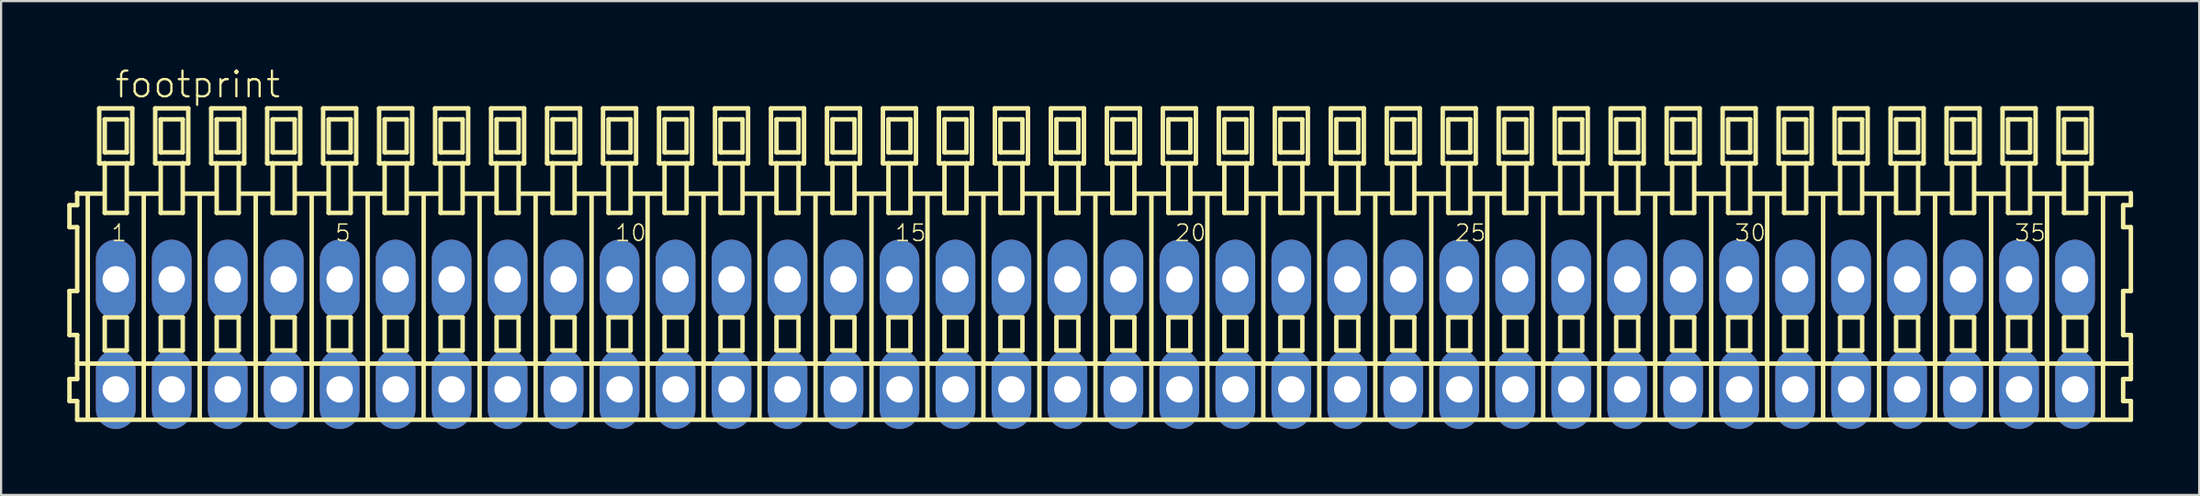
<source format=kicad_pcb>
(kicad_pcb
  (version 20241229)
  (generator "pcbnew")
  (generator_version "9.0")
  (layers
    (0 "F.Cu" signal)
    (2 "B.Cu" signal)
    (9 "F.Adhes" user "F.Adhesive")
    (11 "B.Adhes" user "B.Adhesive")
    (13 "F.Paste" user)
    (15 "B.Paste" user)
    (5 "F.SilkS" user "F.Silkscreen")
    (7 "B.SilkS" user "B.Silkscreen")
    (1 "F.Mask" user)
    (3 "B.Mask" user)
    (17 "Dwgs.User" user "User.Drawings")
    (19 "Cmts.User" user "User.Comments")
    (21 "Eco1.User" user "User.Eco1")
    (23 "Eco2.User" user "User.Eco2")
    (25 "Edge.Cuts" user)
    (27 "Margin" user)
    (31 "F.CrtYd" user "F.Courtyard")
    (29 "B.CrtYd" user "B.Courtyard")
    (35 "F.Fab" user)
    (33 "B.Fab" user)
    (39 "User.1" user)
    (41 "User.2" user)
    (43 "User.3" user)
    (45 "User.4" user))
  (footprint "footprint"
    (layer "F.Cu")
    (at 46.652 10.873)
    (property "Reference" "footprint" (at -44.55 -9.4 0) (layer "F.SilkS") (effects (font (size 1.168 1.168) (thickness 0.102)) (justify left bottom)))
    (fp_line (start -46.55 -4.6) (end -46.55 -3.6) (stroke (width 0.203) (type solid)) (layer "F.SilkS"))
    (fp_line (start -46.55 -3.6) (end -46.2 -3.6) (stroke (width 0.203) (type solid)) (layer "F.SilkS"))
    (fp_line (start -46.55 -0.7) (end -46.55 1.3) (stroke (width 0.203) (type solid)) (layer "F.SilkS"))
    (fp_line (start -46.55 1.3) (end -46.2 1.3) (stroke (width 0.203) (type solid)) (layer "F.SilkS"))
    (fp_line (start -46.55 3.3) (end -46.55 4.3) (stroke (width 0.203) (type solid)) (layer "F.SilkS"))
    (fp_line (start -46.55 4.3) (end -46.2 4.3) (stroke (width 0.203) (type solid)) (layer "F.SilkS"))
    (fp_line (start -46.2 -5.15) (end -46.2 -5.125) (stroke (width 0.203) (type solid)) (layer "F.SilkS"))
    (fp_line (start -46.2 -5.125) (end -46.2 -4.6) (stroke (width 0.203) (type solid)) (layer "F.SilkS"))
    (fp_line (start -46.2 -5.125) (end -45.075 -5.125) (stroke (width 0.203) (type solid)) (layer "F.SilkS"))
    (fp_line (start -46.2 -4.6) (end -46.55 -4.6) (stroke (width 0.203) (type solid)) (layer "F.SilkS"))
    (fp_line (start -46.2 -3.6) (end -46.2 -0.7) (stroke (width 0.203) (type solid)) (layer "F.SilkS"))
    (fp_line (start -46.2 -0.7) (end -46.55 -0.7) (stroke (width 0.203) (type solid)) (layer "F.SilkS"))
    (fp_line (start -46.2 1.3) (end -46.2 2.6) (stroke (width 0.203) (type solid)) (layer "F.SilkS"))
    (fp_line (start -46.2 2.6) (end -46.2 3.3) (stroke (width 0.203) (type solid)) (layer "F.SilkS"))
    (fp_line (start -46.2 2.6) (end 46.983 2.6) (stroke (width 0.203) (type solid)) (layer "F.SilkS"))
    (fp_line (start -46.2 3.3) (end -46.55 3.3) (stroke (width 0.203) (type solid)) (layer "F.SilkS"))
    (fp_line (start -46.2 4.3) (end -46.2 5.15) (stroke (width 0.203) (type solid)) (layer "F.SilkS"))
    (fp_line (start -46.2 5.15) (end 46.983 5.15) (stroke (width 0.203) (type solid)) (layer "F.SilkS"))
    (fp_line (start -45.72 5.1) (end -45.72 -5.06) (stroke (width 0.203) (type solid)) (layer "F.SilkS"))
    (fp_line (start -45.2 -9) (end -45.2 -6.5) (stroke (width 0.203) (type solid)) (layer "F.SilkS"))
    (fp_line (start -45.2 -6.5) (end -44.95 -6.5) (stroke (width 0.203) (type solid)) (layer "F.SilkS"))
    (fp_line (start -44.95 -8.5) (end -44.95 -7) (stroke (width 0.203) (type solid)) (layer "F.SilkS"))
    (fp_line (start -44.95 -7) (end -43.95 -7) (stroke (width 0.203) (type solid)) (layer "F.SilkS"))
    (fp_line (start -44.95 -6.5) (end -44.95 -4.25) (stroke (width 0.203) (type solid)) (layer "F.SilkS"))
    (fp_line (start -44.95 -6.5) (end -43.95 -6.5) (stroke (width 0.203) (type solid)) (layer "F.SilkS"))
    (fp_line (start -44.95 -4.25) (end -43.95 -4.25) (stroke (width 0.203) (type solid)) (layer "F.SilkS"))
    (fp_line (start -44.95 0.5) (end -44.95 2) (stroke (width 0.203) (type solid)) (layer "F.SilkS"))
    (fp_line (start -44.95 2) (end -43.95 2) (stroke (width 0.203) (type solid)) (layer "F.SilkS"))
    (fp_line (start -43.95 -8.5) (end -44.95 -8.5) (stroke (width 0.203) (type solid)) (layer "F.SilkS"))
    (fp_line (start -43.95 -7) (end -43.95 -8.5) (stroke (width 0.203) (type solid)) (layer "F.SilkS"))
    (fp_line (start -43.95 -6.5) (end -43.7 -6.5) (stroke (width 0.203) (type solid)) (layer "F.SilkS"))
    (fp_line (start -43.95 -4.25) (end -43.95 -6.5) (stroke (width 0.203) (type solid)) (layer "F.SilkS"))
    (fp_line (start -43.95 0.5) (end -44.95 0.5) (stroke (width 0.203) (type solid)) (layer "F.SilkS"))
    (fp_line (start -43.95 2) (end -43.95 0.5) (stroke (width 0.203) (type solid)) (layer "F.SilkS"))
    (fp_line (start -43.914 -5.125) (end -42.535 -5.125) (stroke (width 0.203) (type solid)) (layer "F.SilkS"))
    (fp_line (start -43.7 -9) (end -45.2 -9) (stroke (width 0.203) (type solid)) (layer "F.SilkS"))
    (fp_line (start -43.7 -6.5) (end -43.7 -9) (stroke (width 0.203) (type solid)) (layer "F.SilkS"))
    (fp_line (start -43.18 5.1) (end -43.18 -5.06) (stroke (width 0.203) (type solid)) (layer "F.SilkS"))
    (fp_line (start -42.66 -9) (end -42.66 -6.5) (stroke (width 0.203) (type solid)) (layer "F.SilkS"))
    (fp_line (start -42.66 -6.5) (end -42.41 -6.5) (stroke (width 0.203) (type solid)) (layer "F.SilkS"))
    (fp_line (start -42.41 -8.5) (end -42.41 -7) (stroke (width 0.203) (type solid)) (layer "F.SilkS"))
    (fp_line (start -42.41 -7) (end -41.41 -7) (stroke (width 0.203) (type solid)) (layer "F.SilkS"))
    (fp_line (start -42.41 -6.5) (end -42.41 -4.25) (stroke (width 0.203) (type solid)) (layer "F.SilkS"))
    (fp_line (start -42.41 -6.5) (end -41.41 -6.5) (stroke (width 0.203) (type solid)) (layer "F.SilkS"))
    (fp_line (start -42.41 -4.25) (end -41.41 -4.25) (stroke (width 0.203) (type solid)) (layer "F.SilkS"))
    (fp_line (start -42.41 0.5) (end -42.41 2) (stroke (width 0.203) (type solid)) (layer "F.SilkS"))
    (fp_line (start -42.41 2) (end -41.41 2) (stroke (width 0.203) (type solid)) (layer "F.SilkS"))
    (fp_line (start -41.41 -8.5) (end -42.41 -8.5) (stroke (width 0.203) (type solid)) (layer "F.SilkS"))
    (fp_line (start -41.41 -7) (end -41.41 -8.5) (stroke (width 0.203) (type solid)) (layer "F.SilkS"))
    (fp_line (start -41.41 -6.5) (end -41.16 -6.5) (stroke (width 0.203) (type solid)) (layer "F.SilkS"))
    (fp_line (start -41.41 -4.25) (end -41.41 -6.5) (stroke (width 0.203) (type solid)) (layer "F.SilkS"))
    (fp_line (start -41.41 0.5) (end -42.41 0.5) (stroke (width 0.203) (type solid)) (layer "F.SilkS"))
    (fp_line (start -41.41 2) (end -41.41 0.5) (stroke (width 0.203) (type solid)) (layer "F.SilkS"))
    (fp_line (start -41.374 -5.125) (end -39.995 -5.125) (stroke (width 0.203) (type solid)) (layer "F.SilkS"))
    (fp_line (start -41.16 -9) (end -42.66 -9) (stroke (width 0.203) (type solid)) (layer "F.SilkS"))
    (fp_line (start -41.16 -6.5) (end -41.16 -9) (stroke (width 0.203) (type solid)) (layer "F.SilkS"))
    (fp_line (start -40.64 5.1) (end -40.64 -5.06) (stroke (width 0.203) (type solid)) (layer "F.SilkS"))
    (fp_line (start -40.12 -9) (end -40.12 -6.5) (stroke (width 0.203) (type solid)) (layer "F.SilkS"))
    (fp_line (start -40.12 -6.5) (end -39.87 -6.5) (stroke (width 0.203) (type solid)) (layer "F.SilkS"))
    (fp_line (start -39.87 -8.5) (end -39.87 -7) (stroke (width 0.203) (type solid)) (layer "F.SilkS"))
    (fp_line (start -39.87 -7) (end -38.87 -7) (stroke (width 0.203) (type solid)) (layer "F.SilkS"))
    (fp_line (start -39.87 -6.5) (end -39.87 -4.25) (stroke (width 0.203) (type solid)) (layer "F.SilkS"))
    (fp_line (start -39.87 -6.5) (end -38.87 -6.5) (stroke (width 0.203) (type solid)) (layer "F.SilkS"))
    (fp_line (start -39.87 -4.25) (end -38.87 -4.25) (stroke (width 0.203) (type solid)) (layer "F.SilkS"))
    (fp_line (start -39.87 0.5) (end -39.87 2) (stroke (width 0.203) (type solid)) (layer "F.SilkS"))
    (fp_line (start -39.87 2) (end -38.87 2) (stroke (width 0.203) (type solid)) (layer "F.SilkS"))
    (fp_line (start -38.87 -8.5) (end -39.87 -8.5) (stroke (width 0.203) (type solid)) (layer "F.SilkS"))
    (fp_line (start -38.87 -7) (end -38.87 -8.5) (stroke (width 0.203) (type solid)) (layer "F.SilkS"))
    (fp_line (start -38.87 -6.5) (end -38.62 -6.5) (stroke (width 0.203) (type solid)) (layer "F.SilkS"))
    (fp_line (start -38.87 -4.25) (end -38.87 -6.5) (stroke (width 0.203) (type solid)) (layer "F.SilkS"))
    (fp_line (start -38.87 0.5) (end -39.87 0.5) (stroke (width 0.203) (type solid)) (layer "F.SilkS"))
    (fp_line (start -38.87 2) (end -38.87 0.5) (stroke (width 0.203) (type solid)) (layer "F.SilkS"))
    (fp_line (start -38.834 -5.125) (end -37.455 -5.125) (stroke (width 0.203) (type solid)) (layer "F.SilkS"))
    (fp_line (start -38.62 -9) (end -40.12 -9) (stroke (width 0.203) (type solid)) (layer "F.SilkS"))
    (fp_line (start -38.62 -6.5) (end -38.62 -9) (stroke (width 0.203) (type solid)) (layer "F.SilkS"))
    (fp_line (start -38.1 5.1) (end -38.1 -5.06) (stroke (width 0.203) (type solid)) (layer "F.SilkS"))
    (fp_line (start -37.58 -9) (end -37.58 -6.5) (stroke (width 0.203) (type solid)) (layer "F.SilkS"))
    (fp_line (start -37.58 -6.5) (end -37.33 -6.5) (stroke (width 0.203) (type solid)) (layer "F.SilkS"))
    (fp_line (start -37.33 -8.5) (end -37.33 -7) (stroke (width 0.203) (type solid)) (layer "F.SilkS"))
    (fp_line (start -37.33 -7) (end -36.33 -7) (stroke (width 0.203) (type solid)) (layer "F.SilkS"))
    (fp_line (start -37.33 -6.5) (end -37.33 -4.25) (stroke (width 0.203) (type solid)) (layer "F.SilkS"))
    (fp_line (start -37.33 -6.5) (end -36.33 -6.5) (stroke (width 0.203) (type solid)) (layer "F.SilkS"))
    (fp_line (start -37.33 -4.25) (end -36.33 -4.25) (stroke (width 0.203) (type solid)) (layer "F.SilkS"))
    (fp_line (start -37.33 0.5) (end -37.33 2) (stroke (width 0.203) (type solid)) (layer "F.SilkS"))
    (fp_line (start -37.33 2) (end -36.33 2) (stroke (width 0.203) (type solid)) (layer "F.SilkS"))
    (fp_line (start -36.33 -8.5) (end -37.33 -8.5) (stroke (width 0.203) (type solid)) (layer "F.SilkS"))
    (fp_line (start -36.33 -7) (end -36.33 -8.5) (stroke (width 0.203) (type solid)) (layer "F.SilkS"))
    (fp_line (start -36.33 -6.5) (end -36.08 -6.5) (stroke (width 0.203) (type solid)) (layer "F.SilkS"))
    (fp_line (start -36.33 -4.25) (end -36.33 -6.5) (stroke (width 0.203) (type solid)) (layer "F.SilkS"))
    (fp_line (start -36.33 0.5) (end -37.33 0.5) (stroke (width 0.203) (type solid)) (layer "F.SilkS"))
    (fp_line (start -36.33 2) (end -36.33 0.5) (stroke (width 0.203) (type solid)) (layer "F.SilkS"))
    (fp_line (start -36.294 -5.125) (end -34.915 -5.125) (stroke (width 0.203) (type solid)) (layer "F.SilkS"))
    (fp_line (start -36.08 -9) (end -37.58 -9) (stroke (width 0.203) (type solid)) (layer "F.SilkS"))
    (fp_line (start -36.08 -6.5) (end -36.08 -9) (stroke (width 0.203) (type solid)) (layer "F.SilkS"))
    (fp_line (start -35.56 5.1) (end -35.56 -5.06) (stroke (width 0.203) (type solid)) (layer "F.SilkS"))
    (fp_line (start -35.04 -9) (end -35.04 -6.5) (stroke (width 0.203) (type solid)) (layer "F.SilkS"))
    (fp_line (start -35.04 -6.5) (end -34.79 -6.5) (stroke (width 0.203) (type solid)) (layer "F.SilkS"))
    (fp_line (start -34.79 -8.5) (end -34.79 -7) (stroke (width 0.203) (type solid)) (layer "F.SilkS"))
    (fp_line (start -34.79 -7) (end -33.79 -7) (stroke (width 0.203) (type solid)) (layer "F.SilkS"))
    (fp_line (start -34.79 -6.5) (end -34.79 -4.25) (stroke (width 0.203) (type solid)) (layer "F.SilkS"))
    (fp_line (start -34.79 -6.5) (end -33.79 -6.5) (stroke (width 0.203) (type solid)) (layer "F.SilkS"))
    (fp_line (start -34.79 -4.25) (end -33.79 -4.25) (stroke (width 0.203) (type solid)) (layer "F.SilkS"))
    (fp_line (start -34.79 0.5) (end -34.79 2) (stroke (width 0.203) (type solid)) (layer "F.SilkS"))
    (fp_line (start -34.79 2) (end -33.79 2) (stroke (width 0.203) (type solid)) (layer "F.SilkS"))
    (fp_line (start -33.79 -8.5) (end -34.79 -8.5) (stroke (width 0.203) (type solid)) (layer "F.SilkS"))
    (fp_line (start -33.79 -7) (end -33.79 -8.5) (stroke (width 0.203) (type solid)) (layer "F.SilkS"))
    (fp_line (start -33.79 -6.5) (end -33.54 -6.5) (stroke (width 0.203) (type solid)) (layer "F.SilkS"))
    (fp_line (start -33.79 -4.25) (end -33.79 -6.5) (stroke (width 0.203) (type solid)) (layer "F.SilkS"))
    (fp_line (start -33.79 0.5) (end -34.79 0.5) (stroke (width 0.203) (type solid)) (layer "F.SilkS"))
    (fp_line (start -33.79 2) (end -33.79 0.5) (stroke (width 0.203) (type solid)) (layer "F.SilkS"))
    (fp_line (start -33.754 -5.125) (end -32.375 -5.125) (stroke (width 0.203) (type solid)) (layer "F.SilkS"))
    (fp_line (start -33.54 -9) (end -35.04 -9) (stroke (width 0.203) (type solid)) (layer "F.SilkS"))
    (fp_line (start -33.54 -6.5) (end -33.54 -9) (stroke (width 0.203) (type solid)) (layer "F.SilkS"))
    (fp_line (start -33.02 5.1) (end -33.02 -5.06) (stroke (width 0.203) (type solid)) (layer "F.SilkS"))
    (fp_line (start -32.5 -9) (end -32.5 -6.5) (stroke (width 0.203) (type solid)) (layer "F.SilkS"))
    (fp_line (start -32.5 -6.5) (end -32.25 -6.5) (stroke (width 0.203) (type solid)) (layer "F.SilkS"))
    (fp_line (start -32.25 -8.5) (end -32.25 -7) (stroke (width 0.203) (type solid)) (layer "F.SilkS"))
    (fp_line (start -32.25 -7) (end -31.25 -7) (stroke (width 0.203) (type solid)) (layer "F.SilkS"))
    (fp_line (start -32.25 -6.5) (end -32.25 -4.25) (stroke (width 0.203) (type solid)) (layer "F.SilkS"))
    (fp_line (start -32.25 -6.5) (end -31.25 -6.5) (stroke (width 0.203) (type solid)) (layer "F.SilkS"))
    (fp_line (start -32.25 -4.25) (end -31.25 -4.25) (stroke (width 0.203) (type solid)) (layer "F.SilkS"))
    (fp_line (start -32.25 0.5) (end -32.25 2) (stroke (width 0.203) (type solid)) (layer "F.SilkS"))
    (fp_line (start -32.25 2) (end -31.25 2) (stroke (width 0.203) (type solid)) (layer "F.SilkS"))
    (fp_line (start -31.25 -8.5) (end -32.25 -8.5) (stroke (width 0.203) (type solid)) (layer "F.SilkS"))
    (fp_line (start -31.25 -7) (end -31.25 -8.5) (stroke (width 0.203) (type solid)) (layer "F.SilkS"))
    (fp_line (start -31.25 -6.5) (end -31 -6.5) (stroke (width 0.203) (type solid)) (layer "F.SilkS"))
    (fp_line (start -31.25 -4.25) (end -31.25 -6.5) (stroke (width 0.203) (type solid)) (layer "F.SilkS"))
    (fp_line (start -31.25 0.5) (end -32.25 0.5) (stroke (width 0.203) (type solid)) (layer "F.SilkS"))
    (fp_line (start -31.25 2) (end -31.25 0.5) (stroke (width 0.203) (type solid)) (layer "F.SilkS"))
    (fp_line (start -31.214 -5.125) (end -29.835 -5.125) (stroke (width 0.203) (type solid)) (layer "F.SilkS"))
    (fp_line (start -31 -9) (end -32.5 -9) (stroke (width 0.203) (type solid)) (layer "F.SilkS"))
    (fp_line (start -31 -6.5) (end -31 -9) (stroke (width 0.203) (type solid)) (layer "F.SilkS"))
    (fp_line (start -30.48 5.1) (end -30.48 -5.06) (stroke (width 0.203) (type solid)) (layer "F.SilkS"))
    (fp_line (start -29.96 -9) (end -29.96 -6.5) (stroke (width 0.203) (type solid)) (layer "F.SilkS"))
    (fp_line (start -29.96 -6.5) (end -29.71 -6.5) (stroke (width 0.203) (type solid)) (layer "F.SilkS"))
    (fp_line (start -29.71 -8.5) (end -29.71 -7) (stroke (width 0.203) (type solid)) (layer "F.SilkS"))
    (fp_line (start -29.71 -7) (end -28.71 -7) (stroke (width 0.203) (type solid)) (layer "F.SilkS"))
    (fp_line (start -29.71 -6.5) (end -29.71 -4.25) (stroke (width 0.203) (type solid)) (layer "F.SilkS"))
    (fp_line (start -29.71 -6.5) (end -28.71 -6.5) (stroke (width 0.203) (type solid)) (layer "F.SilkS"))
    (fp_line (start -29.71 -4.25) (end -28.71 -4.25) (stroke (width 0.203) (type solid)) (layer "F.SilkS"))
    (fp_line (start -29.71 0.5) (end -29.71 2) (stroke (width 0.203) (type solid)) (layer "F.SilkS"))
    (fp_line (start -29.71 2) (end -28.71 2) (stroke (width 0.203) (type solid)) (layer "F.SilkS"))
    (fp_line (start -28.71 -8.5) (end -29.71 -8.5) (stroke (width 0.203) (type solid)) (layer "F.SilkS"))
    (fp_line (start -28.71 -7) (end -28.71 -8.5) (stroke (width 0.203) (type solid)) (layer "F.SilkS"))
    (fp_line (start -28.71 -6.5) (end -28.46 -6.5) (stroke (width 0.203) (type solid)) (layer "F.SilkS"))
    (fp_line (start -28.71 -4.25) (end -28.71 -6.5) (stroke (width 0.203) (type solid)) (layer "F.SilkS"))
    (fp_line (start -28.71 0.5) (end -29.71 0.5) (stroke (width 0.203) (type solid)) (layer "F.SilkS"))
    (fp_line (start -28.71 2) (end -28.71 0.5) (stroke (width 0.203) (type solid)) (layer "F.SilkS"))
    (fp_line (start -28.674 -5.125) (end -27.295 -5.125) (stroke (width 0.203) (type solid)) (layer "F.SilkS"))
    (fp_line (start -28.46 -9) (end -29.96 -9) (stroke (width 0.203) (type solid)) (layer "F.SilkS"))
    (fp_line (start -28.46 -6.5) (end -28.46 -9) (stroke (width 0.203) (type solid)) (layer "F.SilkS"))
    (fp_line (start -27.94 5.1) (end -27.94 -5.06) (stroke (width 0.203) (type solid)) (layer "F.SilkS"))
    (fp_line (start -27.42 -9) (end -27.42 -6.5) (stroke (width 0.203) (type solid)) (layer "F.SilkS"))
    (fp_line (start -27.42 -6.5) (end -27.17 -6.5) (stroke (width 0.203) (type solid)) (layer "F.SilkS"))
    (fp_line (start -27.17 -8.5) (end -27.17 -7) (stroke (width 0.203) (type solid)) (layer "F.SilkS"))
    (fp_line (start -27.17 -7) (end -26.17 -7) (stroke (width 0.203) (type solid)) (layer "F.SilkS"))
    (fp_line (start -27.17 -6.5) (end -27.17 -4.25) (stroke (width 0.203) (type solid)) (layer "F.SilkS"))
    (fp_line (start -27.17 -6.5) (end -26.17 -6.5) (stroke (width 0.203) (type solid)) (layer "F.SilkS"))
    (fp_line (start -27.17 -4.25) (end -26.17 -4.25) (stroke (width 0.203) (type solid)) (layer "F.SilkS"))
    (fp_line (start -27.17 0.5) (end -27.17 2) (stroke (width 0.203) (type solid)) (layer "F.SilkS"))
    (fp_line (start -27.17 2) (end -26.17 2) (stroke (width 0.203) (type solid)) (layer "F.SilkS"))
    (fp_line (start -26.17 -8.5) (end -27.17 -8.5) (stroke (width 0.203) (type solid)) (layer "F.SilkS"))
    (fp_line (start -26.17 -7) (end -26.17 -8.5) (stroke (width 0.203) (type solid)) (layer "F.SilkS"))
    (fp_line (start -26.17 -6.5) (end -25.92 -6.5) (stroke (width 0.203) (type solid)) (layer "F.SilkS"))
    (fp_line (start -26.17 -4.25) (end -26.17 -6.5) (stroke (width 0.203) (type solid)) (layer "F.SilkS"))
    (fp_line (start -26.17 0.5) (end -27.17 0.5) (stroke (width 0.203) (type solid)) (layer "F.SilkS"))
    (fp_line (start -26.17 2) (end -26.17 0.5) (stroke (width 0.203) (type solid)) (layer "F.SilkS"))
    (fp_line (start -26.134 -5.125) (end -24.755 -5.125) (stroke (width 0.203) (type solid)) (layer "F.SilkS"))
    (fp_line (start -25.92 -9) (end -27.42 -9) (stroke (width 0.203) (type solid)) (layer "F.SilkS"))
    (fp_line (start -25.92 -6.5) (end -25.92 -9) (stroke (width 0.203) (type solid)) (layer "F.SilkS"))
    (fp_line (start -25.4 5.1) (end -25.4 -5.06) (stroke (width 0.203) (type solid)) (layer "F.SilkS"))
    (fp_line (start -24.88 -9) (end -24.88 -6.5) (stroke (width 0.203) (type solid)) (layer "F.SilkS"))
    (fp_line (start -24.88 -6.5) (end -24.63 -6.5) (stroke (width 0.203) (type solid)) (layer "F.SilkS"))
    (fp_line (start -24.63 -8.5) (end -24.63 -7) (stroke (width 0.203) (type solid)) (layer "F.SilkS"))
    (fp_line (start -24.63 -7) (end -23.63 -7) (stroke (width 0.203) (type solid)) (layer "F.SilkS"))
    (fp_line (start -24.63 -6.5) (end -24.63 -4.25) (stroke (width 0.203) (type solid)) (layer "F.SilkS"))
    (fp_line (start -24.63 -6.5) (end -23.63 -6.5) (stroke (width 0.203) (type solid)) (layer "F.SilkS"))
    (fp_line (start -24.63 -4.25) (end -23.63 -4.25) (stroke (width 0.203) (type solid)) (layer "F.SilkS"))
    (fp_line (start -24.63 0.5) (end -24.63 2) (stroke (width 0.203) (type solid)) (layer "F.SilkS"))
    (fp_line (start -24.63 2) (end -23.63 2) (stroke (width 0.203) (type solid)) (layer "F.SilkS"))
    (fp_line (start -23.63 -8.5) (end -24.63 -8.5) (stroke (width 0.203) (type solid)) (layer "F.SilkS"))
    (fp_line (start -23.63 -7) (end -23.63 -8.5) (stroke (width 0.203) (type solid)) (layer "F.SilkS"))
    (fp_line (start -23.63 -6.5) (end -23.38 -6.5) (stroke (width 0.203) (type solid)) (layer "F.SilkS"))
    (fp_line (start -23.63 -4.25) (end -23.63 -6.5) (stroke (width 0.203) (type solid)) (layer "F.SilkS"))
    (fp_line (start -23.63 0.5) (end -24.63 0.5) (stroke (width 0.203) (type solid)) (layer "F.SilkS"))
    (fp_line (start -23.63 2) (end -23.63 0.5) (stroke (width 0.203) (type solid)) (layer "F.SilkS"))
    (fp_line (start -23.594 -5.125) (end -22.215 -5.125) (stroke (width 0.203) (type solid)) (layer "F.SilkS"))
    (fp_line (start -23.38 -9) (end -24.88 -9) (stroke (width 0.203) (type solid)) (layer "F.SilkS"))
    (fp_line (start -23.38 -6.5) (end -23.38 -9) (stroke (width 0.203) (type solid)) (layer "F.SilkS"))
    (fp_line (start -22.86 5.1) (end -22.86 -5.06) (stroke (width 0.203) (type solid)) (layer "F.SilkS"))
    (fp_line (start -22.34 -9) (end -22.34 -6.5) (stroke (width 0.203) (type solid)) (layer "F.SilkS"))
    (fp_line (start -22.34 -6.5) (end -22.09 -6.5) (stroke (width 0.203) (type solid)) (layer "F.SilkS"))
    (fp_line (start -22.09 -8.5) (end -22.09 -7) (stroke (width 0.203) (type solid)) (layer "F.SilkS"))
    (fp_line (start -22.09 -7) (end -21.09 -7) (stroke (width 0.203) (type solid)) (layer "F.SilkS"))
    (fp_line (start -22.09 -6.5) (end -22.09 -4.25) (stroke (width 0.203) (type solid)) (layer "F.SilkS"))
    (fp_line (start -22.09 -6.5) (end -21.09 -6.5) (stroke (width 0.203) (type solid)) (layer "F.SilkS"))
    (fp_line (start -22.09 -4.25) (end -21.09 -4.25) (stroke (width 0.203) (type solid)) (layer "F.SilkS"))
    (fp_line (start -22.09 0.5) (end -22.09 2) (stroke (width 0.203) (type solid)) (layer "F.SilkS"))
    (fp_line (start -22.09 2) (end -21.09 2) (stroke (width 0.203) (type solid)) (layer "F.SilkS"))
    (fp_line (start -21.09 -8.5) (end -22.09 -8.5) (stroke (width 0.203) (type solid)) (layer "F.SilkS"))
    (fp_line (start -21.09 -7) (end -21.09 -8.5) (stroke (width 0.203) (type solid)) (layer "F.SilkS"))
    (fp_line (start -21.09 -6.5) (end -20.84 -6.5) (stroke (width 0.203) (type solid)) (layer "F.SilkS"))
    (fp_line (start -21.09 -4.25) (end -21.09 -6.5) (stroke (width 0.203) (type solid)) (layer "F.SilkS"))
    (fp_line (start -21.09 0.5) (end -22.09 0.5) (stroke (width 0.203) (type solid)) (layer "F.SilkS"))
    (fp_line (start -21.09 2) (end -21.09 0.5) (stroke (width 0.203) (type solid)) (layer "F.SilkS"))
    (fp_line (start -21.054 -5.125) (end -19.675 -5.125) (stroke (width 0.203) (type solid)) (layer "F.SilkS"))
    (fp_line (start -20.84 -9) (end -22.34 -9) (stroke (width 0.203) (type solid)) (layer "F.SilkS"))
    (fp_line (start -20.84 -6.5) (end -20.84 -9) (stroke (width 0.203) (type solid)) (layer "F.SilkS"))
    (fp_line (start -20.32 5.1) (end -20.32 -5.06) (stroke (width 0.203) (type solid)) (layer "F.SilkS"))
    (fp_line (start -19.8 -9) (end -19.8 -6.5) (stroke (width 0.203) (type solid)) (layer "F.SilkS"))
    (fp_line (start -19.8 -6.5) (end -19.55 -6.5) (stroke (width 0.203) (type solid)) (layer "F.SilkS"))
    (fp_line (start -19.55 -8.5) (end -19.55 -7) (stroke (width 0.203) (type solid)) (layer "F.SilkS"))
    (fp_line (start -19.55 -7) (end -18.55 -7) (stroke (width 0.203) (type solid)) (layer "F.SilkS"))
    (fp_line (start -19.55 -6.5) (end -19.55 -4.25) (stroke (width 0.203) (type solid)) (layer "F.SilkS"))
    (fp_line (start -19.55 -6.5) (end -18.55 -6.5) (stroke (width 0.203) (type solid)) (layer "F.SilkS"))
    (fp_line (start -19.55 -4.25) (end -18.55 -4.25) (stroke (width 0.203) (type solid)) (layer "F.SilkS"))
    (fp_line (start -19.55 0.5) (end -19.55 2) (stroke (width 0.203) (type solid)) (layer "F.SilkS"))
    (fp_line (start -19.55 2) (end -18.55 2) (stroke (width 0.203) (type solid)) (layer "F.SilkS"))
    (fp_line (start -18.55 -8.5) (end -19.55 -8.5) (stroke (width 0.203) (type solid)) (layer "F.SilkS"))
    (fp_line (start -18.55 -7) (end -18.55 -8.5) (stroke (width 0.203) (type solid)) (layer "F.SilkS"))
    (fp_line (start -18.55 -6.5) (end -18.3 -6.5) (stroke (width 0.203) (type solid)) (layer "F.SilkS"))
    (fp_line (start -18.55 -4.25) (end -18.55 -6.5) (stroke (width 0.203) (type solid)) (layer "F.SilkS"))
    (fp_line (start -18.55 0.5) (end -19.55 0.5) (stroke (width 0.203) (type solid)) (layer "F.SilkS"))
    (fp_line (start -18.55 2) (end -18.55 0.5) (stroke (width 0.203) (type solid)) (layer "F.SilkS"))
    (fp_line (start -18.514 -5.125) (end -17.135 -5.125) (stroke (width 0.203) (type solid)) (layer "F.SilkS"))
    (fp_line (start -18.3 -9) (end -19.8 -9) (stroke (width 0.203) (type solid)) (layer "F.SilkS"))
    (fp_line (start -18.3 -6.5) (end -18.3 -9) (stroke (width 0.203) (type solid)) (layer "F.SilkS"))
    (fp_line (start -17.78 5.1) (end -17.78 -5.06) (stroke (width 0.203) (type solid)) (layer "F.SilkS"))
    (fp_line (start -17.26 -9) (end -17.26 -6.5) (stroke (width 0.203) (type solid)) (layer "F.SilkS"))
    (fp_line (start -17.26 -6.5) (end -17.01 -6.5) (stroke (width 0.203) (type solid)) (layer "F.SilkS"))
    (fp_line (start -17.01 -8.5) (end -17.01 -7) (stroke (width 0.203) (type solid)) (layer "F.SilkS"))
    (fp_line (start -17.01 -7) (end -16.01 -7) (stroke (width 0.203) (type solid)) (layer "F.SilkS"))
    (fp_line (start -17.01 -6.5) (end -17.01 -4.25) (stroke (width 0.203) (type solid)) (layer "F.SilkS"))
    (fp_line (start -17.01 -6.5) (end -16.01 -6.5) (stroke (width 0.203) (type solid)) (layer "F.SilkS"))
    (fp_line (start -17.01 -4.25) (end -16.01 -4.25) (stroke (width 0.203) (type solid)) (layer "F.SilkS"))
    (fp_line (start -17.01 0.5) (end -17.01 2) (stroke (width 0.203) (type solid)) (layer "F.SilkS"))
    (fp_line (start -17.01 2) (end -16.01 2) (stroke (width 0.203) (type solid)) (layer "F.SilkS"))
    (fp_line (start -16.01 -8.5) (end -17.01 -8.5) (stroke (width 0.203) (type solid)) (layer "F.SilkS"))
    (fp_line (start -16.01 -7) (end -16.01 -8.5) (stroke (width 0.203) (type solid)) (layer "F.SilkS"))
    (fp_line (start -16.01 -6.5) (end -15.76 -6.5) (stroke (width 0.203) (type solid)) (layer "F.SilkS"))
    (fp_line (start -16.01 -4.25) (end -16.01 -6.5) (stroke (width 0.203) (type solid)) (layer "F.SilkS"))
    (fp_line (start -16.01 0.5) (end -17.01 0.5) (stroke (width 0.203) (type solid)) (layer "F.SilkS"))
    (fp_line (start -16.01 2) (end -16.01 0.5) (stroke (width 0.203) (type solid)) (layer "F.SilkS"))
    (fp_line (start -15.974 -5.125) (end -14.595 -5.125) (stroke (width 0.203) (type solid)) (layer "F.SilkS"))
    (fp_line (start -15.76 -9) (end -17.26 -9) (stroke (width 0.203) (type solid)) (layer "F.SilkS"))
    (fp_line (start -15.76 -6.5) (end -15.76 -9) (stroke (width 0.203) (type solid)) (layer "F.SilkS"))
    (fp_line (start -15.24 5.1) (end -15.24 -5.06) (stroke (width 0.203) (type solid)) (layer "F.SilkS"))
    (fp_line (start -14.72 -9) (end -14.72 -6.5) (stroke (width 0.203) (type solid)) (layer "F.SilkS"))
    (fp_line (start -14.72 -6.5) (end -14.47 -6.5) (stroke (width 0.203) (type solid)) (layer "F.SilkS"))
    (fp_line (start -14.47 -8.5) (end -14.47 -7) (stroke (width 0.203) (type solid)) (layer "F.SilkS"))
    (fp_line (start -14.47 -7) (end -13.47 -7) (stroke (width 0.203) (type solid)) (layer "F.SilkS"))
    (fp_line (start -14.47 -6.5) (end -14.47 -4.25) (stroke (width 0.203) (type solid)) (layer "F.SilkS"))
    (fp_line (start -14.47 -6.5) (end -13.47 -6.5) (stroke (width 0.203) (type solid)) (layer "F.SilkS"))
    (fp_line (start -14.47 -4.25) (end -13.47 -4.25) (stroke (width 0.203) (type solid)) (layer "F.SilkS"))
    (fp_line (start -14.47 0.5) (end -14.47 2) (stroke (width 0.203) (type solid)) (layer "F.SilkS"))
    (fp_line (start -14.47 2) (end -13.47 2) (stroke (width 0.203) (type solid)) (layer "F.SilkS"))
    (fp_line (start -13.47 -8.5) (end -14.47 -8.5) (stroke (width 0.203) (type solid)) (layer "F.SilkS"))
    (fp_line (start -13.47 -7) (end -13.47 -8.5) (stroke (width 0.203) (type solid)) (layer "F.SilkS"))
    (fp_line (start -13.47 -6.5) (end -13.22 -6.5) (stroke (width 0.203) (type solid)) (layer "F.SilkS"))
    (fp_line (start -13.47 -4.25) (end -13.47 -6.5) (stroke (width 0.203) (type solid)) (layer "F.SilkS"))
    (fp_line (start -13.47 0.5) (end -14.47 0.5) (stroke (width 0.203) (type solid)) (layer "F.SilkS"))
    (fp_line (start -13.47 2) (end -13.47 0.5) (stroke (width 0.203) (type solid)) (layer "F.SilkS"))
    (fp_line (start -13.434 -5.125) (end -12.055 -5.125) (stroke (width 0.203) (type solid)) (layer "F.SilkS"))
    (fp_line (start -13.22 -9) (end -14.72 -9) (stroke (width 0.203) (type solid)) (layer "F.SilkS"))
    (fp_line (start -13.22 -6.5) (end -13.22 -9) (stroke (width 0.203) (type solid)) (layer "F.SilkS"))
    (fp_line (start -12.7 5.1) (end -12.7 -5.06) (stroke (width 0.203) (type solid)) (layer "F.SilkS"))
    (fp_line (start -12.18 -9) (end -12.18 -6.5) (stroke (width 0.203) (type solid)) (layer "F.SilkS"))
    (fp_line (start -12.18 -6.5) (end -11.93 -6.5) (stroke (width 0.203) (type solid)) (layer "F.SilkS"))
    (fp_line (start -11.93 -8.5) (end -11.93 -7) (stroke (width 0.203) (type solid)) (layer "F.SilkS"))
    (fp_line (start -11.93 -7) (end -10.93 -7) (stroke (width 0.203) (type solid)) (layer "F.SilkS"))
    (fp_line (start -11.93 -6.5) (end -11.93 -4.25) (stroke (width 0.203) (type solid)) (layer "F.SilkS"))
    (fp_line (start -11.93 -6.5) (end -10.93 -6.5) (stroke (width 0.203) (type solid)) (layer "F.SilkS"))
    (fp_line (start -11.93 -4.25) (end -10.93 -4.25) (stroke (width 0.203) (type solid)) (layer "F.SilkS"))
    (fp_line (start -11.93 0.5) (end -11.93 2) (stroke (width 0.203) (type solid)) (layer "F.SilkS"))
    (fp_line (start -11.93 2) (end -10.93 2) (stroke (width 0.203) (type solid)) (layer "F.SilkS"))
    (fp_line (start -10.93 -8.5) (end -11.93 -8.5) (stroke (width 0.203) (type solid)) (layer "F.SilkS"))
    (fp_line (start -10.93 -7) (end -10.93 -8.5) (stroke (width 0.203) (type solid)) (layer "F.SilkS"))
    (fp_line (start -10.93 -6.5) (end -10.68 -6.5) (stroke (width 0.203) (type solid)) (layer "F.SilkS"))
    (fp_line (start -10.93 -4.25) (end -10.93 -6.5) (stroke (width 0.203) (type solid)) (layer "F.SilkS"))
    (fp_line (start -10.93 0.5) (end -11.93 0.5) (stroke (width 0.203) (type solid)) (layer "F.SilkS"))
    (fp_line (start -10.93 2) (end -10.93 0.5) (stroke (width 0.203) (type solid)) (layer "F.SilkS"))
    (fp_line (start -10.894 -5.125) (end -9.515 -5.125) (stroke (width 0.203) (type solid)) (layer "F.SilkS"))
    (fp_line (start -10.68 -9) (end -12.18 -9) (stroke (width 0.203) (type solid)) (layer "F.SilkS"))
    (fp_line (start -10.68 -6.5) (end -10.68 -9) (stroke (width 0.203) (type solid)) (layer "F.SilkS"))
    (fp_line (start -10.16 5.1) (end -10.16 -5.06) (stroke (width 0.203) (type solid)) (layer "F.SilkS"))
    (fp_line (start -9.64 -9) (end -9.64 -6.5) (stroke (width 0.203) (type solid)) (layer "F.SilkS"))
    (fp_line (start -9.64 -6.5) (end -9.39 -6.5) (stroke (width 0.203) (type solid)) (layer "F.SilkS"))
    (fp_line (start -9.39 -8.5) (end -9.39 -7) (stroke (width 0.203) (type solid)) (layer "F.SilkS"))
    (fp_line (start -9.39 -7) (end -8.39 -7) (stroke (width 0.203) (type solid)) (layer "F.SilkS"))
    (fp_line (start -9.39 -6.5) (end -9.39 -4.25) (stroke (width 0.203) (type solid)) (layer "F.SilkS"))
    (fp_line (start -9.39 -6.5) (end -8.39 -6.5) (stroke (width 0.203) (type solid)) (layer "F.SilkS"))
    (fp_line (start -9.39 -4.25) (end -8.39 -4.25) (stroke (width 0.203) (type solid)) (layer "F.SilkS"))
    (fp_line (start -9.39 0.5) (end -9.39 2) (stroke (width 0.203) (type solid)) (layer "F.SilkS"))
    (fp_line (start -9.39 2) (end -8.39 2) (stroke (width 0.203) (type solid)) (layer "F.SilkS"))
    (fp_line (start -8.39 -8.5) (end -9.39 -8.5) (stroke (width 0.203) (type solid)) (layer "F.SilkS"))
    (fp_line (start -8.39 -7) (end -8.39 -8.5) (stroke (width 0.203) (type solid)) (layer "F.SilkS"))
    (fp_line (start -8.39 -6.5) (end -8.14 -6.5) (stroke (width 0.203) (type solid)) (layer "F.SilkS"))
    (fp_line (start -8.39 -4.25) (end -8.39 -6.5) (stroke (width 0.203) (type solid)) (layer "F.SilkS"))
    (fp_line (start -8.39 0.5) (end -9.39 0.5) (stroke (width 0.203) (type solid)) (layer "F.SilkS"))
    (fp_line (start -8.39 2) (end -8.39 0.5) (stroke (width 0.203) (type solid)) (layer "F.SilkS"))
    (fp_line (start -8.354 -5.125) (end -6.975 -5.125) (stroke (width 0.203) (type solid)) (layer "F.SilkS"))
    (fp_line (start -8.14 -9) (end -9.64 -9) (stroke (width 0.203) (type solid)) (layer "F.SilkS"))
    (fp_line (start -8.14 -6.5) (end -8.14 -9) (stroke (width 0.203) (type solid)) (layer "F.SilkS"))
    (fp_line (start -7.62 5.1) (end -7.62 -5.06) (stroke (width 0.203) (type solid)) (layer "F.SilkS"))
    (fp_line (start -7.1 -9) (end -7.1 -6.5) (stroke (width 0.203) (type solid)) (layer "F.SilkS"))
    (fp_line (start -7.1 -6.5) (end -6.85 -6.5) (stroke (width 0.203) (type solid)) (layer "F.SilkS"))
    (fp_line (start -6.85 -8.5) (end -6.85 -7) (stroke (width 0.203) (type solid)) (layer "F.SilkS"))
    (fp_line (start -6.85 -7) (end -5.85 -7) (stroke (width 0.203) (type solid)) (layer "F.SilkS"))
    (fp_line (start -6.85 -6.5) (end -6.85 -4.25) (stroke (width 0.203) (type solid)) (layer "F.SilkS"))
    (fp_line (start -6.85 -6.5) (end -5.85 -6.5) (stroke (width 0.203) (type solid)) (layer "F.SilkS"))
    (fp_line (start -6.85 -4.25) (end -5.85 -4.25) (stroke (width 0.203) (type solid)) (layer "F.SilkS"))
    (fp_line (start -6.85 0.5) (end -6.85 2) (stroke (width 0.203) (type solid)) (layer "F.SilkS"))
    (fp_line (start -6.85 2) (end -5.85 2) (stroke (width 0.203) (type solid)) (layer "F.SilkS"))
    (fp_line (start -5.85 -8.5) (end -6.85 -8.5) (stroke (width 0.203) (type solid)) (layer "F.SilkS"))
    (fp_line (start -5.85 -7) (end -5.85 -8.5) (stroke (width 0.203) (type solid)) (layer "F.SilkS"))
    (fp_line (start -5.85 -6.5) (end -5.6 -6.5) (stroke (width 0.203) (type solid)) (layer "F.SilkS"))
    (fp_line (start -5.85 -4.25) (end -5.85 -6.5) (stroke (width 0.203) (type solid)) (layer "F.SilkS"))
    (fp_line (start -5.85 0.5) (end -6.85 0.5) (stroke (width 0.203) (type solid)) (layer "F.SilkS"))
    (fp_line (start -5.85 2) (end -5.85 0.5) (stroke (width 0.203) (type solid)) (layer "F.SilkS"))
    (fp_line (start -5.814 -5.125) (end -4.435 -5.125) (stroke (width 0.203) (type solid)) (layer "F.SilkS"))
    (fp_line (start -5.6 -9) (end -7.1 -9) (stroke (width 0.203) (type solid)) (layer "F.SilkS"))
    (fp_line (start -5.6 -6.5) (end -5.6 -9) (stroke (width 0.203) (type solid)) (layer "F.SilkS"))
    (fp_line (start -5.08 5.1) (end -5.08 -5.06) (stroke (width 0.203) (type solid)) (layer "F.SilkS"))
    (fp_line (start -4.56 -9) (end -4.56 -6.5) (stroke (width 0.203) (type solid)) (layer "F.SilkS"))
    (fp_line (start -4.56 -6.5) (end -4.31 -6.5) (stroke (width 0.203) (type solid)) (layer "F.SilkS"))
    (fp_line (start -4.31 -8.5) (end -4.31 -7) (stroke (width 0.203) (type solid)) (layer "F.SilkS"))
    (fp_line (start -4.31 -7) (end -3.31 -7) (stroke (width 0.203) (type solid)) (layer "F.SilkS"))
    (fp_line (start -4.31 -6.5) (end -4.31 -4.25) (stroke (width 0.203) (type solid)) (layer "F.SilkS"))
    (fp_line (start -4.31 -6.5) (end -3.31 -6.5) (stroke (width 0.203) (type solid)) (layer "F.SilkS"))
    (fp_line (start -4.31 -4.25) (end -3.31 -4.25) (stroke (width 0.203) (type solid)) (layer "F.SilkS"))
    (fp_line (start -4.31 0.5) (end -4.31 2) (stroke (width 0.203) (type solid)) (layer "F.SilkS"))
    (fp_line (start -4.31 2) (end -3.31 2) (stroke (width 0.203) (type solid)) (layer "F.SilkS"))
    (fp_line (start -3.31 -8.5) (end -4.31 -8.5) (stroke (width 0.203) (type solid)) (layer "F.SilkS"))
    (fp_line (start -3.31 -7) (end -3.31 -8.5) (stroke (width 0.203) (type solid)) (layer "F.SilkS"))
    (fp_line (start -3.31 -6.5) (end -3.06 -6.5) (stroke (width 0.203) (type solid)) (layer "F.SilkS"))
    (fp_line (start -3.31 -4.25) (end -3.31 -6.5) (stroke (width 0.203) (type solid)) (layer "F.SilkS"))
    (fp_line (start -3.31 0.5) (end -4.31 0.5) (stroke (width 0.203) (type solid)) (layer "F.SilkS"))
    (fp_line (start -3.31 2) (end -3.31 0.5) (stroke (width 0.203) (type solid)) (layer "F.SilkS"))
    (fp_line (start -3.274 -5.125) (end -1.895 -5.125) (stroke (width 0.203) (type solid)) (layer "F.SilkS"))
    (fp_line (start -3.06 -9) (end -4.56 -9) (stroke (width 0.203) (type solid)) (layer "F.SilkS"))
    (fp_line (start -3.06 -6.5) (end -3.06 -9) (stroke (width 0.203) (type solid)) (layer "F.SilkS"))
    (fp_line (start -2.54 5.1) (end -2.54 -5.06) (stroke (width 0.203) (type solid)) (layer "F.SilkS"))
    (fp_line (start -2.02 -9) (end -2.02 -6.5) (stroke (width 0.203) (type solid)) (layer "F.SilkS"))
    (fp_line (start -2.02 -6.5) (end -1.77 -6.5) (stroke (width 0.203) (type solid)) (layer "F.SilkS"))
    (fp_line (start -1.77 -8.5) (end -1.77 -7) (stroke (width 0.203) (type solid)) (layer "F.SilkS"))
    (fp_line (start -1.77 -7) (end -0.77 -7) (stroke (width 0.203) (type solid)) (layer "F.SilkS"))
    (fp_line (start -1.77 -6.5) (end -1.77 -4.25) (stroke (width 0.203) (type solid)) (layer "F.SilkS"))
    (fp_line (start -1.77 -6.5) (end -0.77 -6.5) (stroke (width 0.203) (type solid)) (layer "F.SilkS"))
    (fp_line (start -1.77 -4.25) (end -0.77 -4.25) (stroke (width 0.203) (type solid)) (layer "F.SilkS"))
    (fp_line (start -1.77 0.5) (end -1.77 2) (stroke (width 0.203) (type solid)) (layer "F.SilkS"))
    (fp_line (start -1.77 2) (end -0.77 2) (stroke (width 0.203) (type solid)) (layer "F.SilkS"))
    (fp_line (start -0.77 -8.5) (end -1.77 -8.5) (stroke (width 0.203) (type solid)) (layer "F.SilkS"))
    (fp_line (start -0.77 -7) (end -0.77 -8.5) (stroke (width 0.203) (type solid)) (layer "F.SilkS"))
    (fp_line (start -0.77 -6.5) (end -0.52 -6.5) (stroke (width 0.203) (type solid)) (layer "F.SilkS"))
    (fp_line (start -0.77 -4.25) (end -0.77 -6.5) (stroke (width 0.203) (type solid)) (layer "F.SilkS"))
    (fp_line (start -0.77 0.5) (end -1.77 0.5) (stroke (width 0.203) (type solid)) (layer "F.SilkS"))
    (fp_line (start -0.77 2) (end -0.77 0.5) (stroke (width 0.203) (type solid)) (layer "F.SilkS"))
    (fp_line (start -0.734 -5.125) (end 0.645 -5.125) (stroke (width 0.203) (type solid)) (layer "F.SilkS"))
    (fp_line (start -0.52 -9) (end -2.02 -9) (stroke (width 0.203) (type solid)) (layer "F.SilkS"))
    (fp_line (start -0.52 -6.5) (end -0.52 -9) (stroke (width 0.203) (type solid)) (layer "F.SilkS"))
    (fp_line (start 0 5.1) (end 0 -5.06) (stroke (width 0.203) (type solid)) (layer "F.SilkS"))
    (fp_line (start 0.52 -9) (end 0.52 -6.5) (stroke (width 0.203) (type solid)) (layer "F.SilkS"))
    (fp_line (start 0.52 -6.5) (end 0.77 -6.5) (stroke (width 0.203) (type solid)) (layer "F.SilkS"))
    (fp_line (start 0.77 -8.5) (end 0.77 -7) (stroke (width 0.203) (type solid)) (layer "F.SilkS"))
    (fp_line (start 0.77 -7) (end 1.77 -7) (stroke (width 0.203) (type solid)) (layer "F.SilkS"))
    (fp_line (start 0.77 -6.5) (end 0.77 -4.25) (stroke (width 0.203) (type solid)) (layer "F.SilkS"))
    (fp_line (start 0.77 -6.5) (end 1.77 -6.5) (stroke (width 0.203) (type solid)) (layer "F.SilkS"))
    (fp_line (start 0.77 -4.25) (end 1.77 -4.25) (stroke (width 0.203) (type solid)) (layer "F.SilkS"))
    (fp_line (start 0.77 0.5) (end 0.77 2) (stroke (width 0.203) (type solid)) (layer "F.SilkS"))
    (fp_line (start 0.77 2) (end 1.77 2) (stroke (width 0.203) (type solid)) (layer "F.SilkS"))
    (fp_line (start 1.77 -8.5) (end 0.77 -8.5) (stroke (width 0.203) (type solid)) (layer "F.SilkS"))
    (fp_line (start 1.77 -7) (end 1.77 -8.5) (stroke (width 0.203) (type solid)) (layer "F.SilkS"))
    (fp_line (start 1.77 -6.5) (end 2.02 -6.5) (stroke (width 0.203) (type solid)) (layer "F.SilkS"))
    (fp_line (start 1.77 -4.25) (end 1.77 -6.5) (stroke (width 0.203) (type solid)) (layer "F.SilkS"))
    (fp_line (start 1.77 0.5) (end 0.77 0.5) (stroke (width 0.203) (type solid)) (layer "F.SilkS"))
    (fp_line (start 1.77 2) (end 1.77 0.5) (stroke (width 0.203) (type solid)) (layer "F.SilkS"))
    (fp_line (start 1.806 -5.125) (end 3.185 -5.125) (stroke (width 0.203) (type solid)) (layer "F.SilkS"))
    (fp_line (start 2.02 -9) (end 0.52 -9) (stroke (width 0.203) (type solid)) (layer "F.SilkS"))
    (fp_line (start 2.02 -6.5) (end 2.02 -9) (stroke (width 0.203) (type solid)) (layer "F.SilkS"))
    (fp_line (start 2.54 5.1) (end 2.54 -5.06) (stroke (width 0.203) (type solid)) (layer "F.SilkS"))
    (fp_line (start 3.06 -9) (end 3.06 -6.5) (stroke (width 0.203) (type solid)) (layer "F.SilkS"))
    (fp_line (start 3.06 -6.5) (end 3.31 -6.5) (stroke (width 0.203) (type solid)) (layer "F.SilkS"))
    (fp_line (start 3.31 -8.5) (end 3.31 -7) (stroke (width 0.203) (type solid)) (layer "F.SilkS"))
    (fp_line (start 3.31 -7) (end 4.31 -7) (stroke (width 0.203) (type solid)) (layer "F.SilkS"))
    (fp_line (start 3.31 -6.5) (end 3.31 -4.25) (stroke (width 0.203) (type solid)) (layer "F.SilkS"))
    (fp_line (start 3.31 -6.5) (end 4.31 -6.5) (stroke (width 0.203) (type solid)) (layer "F.SilkS"))
    (fp_line (start 3.31 -4.25) (end 4.31 -4.25) (stroke (width 0.203) (type solid)) (layer "F.SilkS"))
    (fp_line (start 3.31 0.5) (end 3.31 2) (stroke (width 0.203) (type solid)) (layer "F.SilkS"))
    (fp_line (start 3.31 2) (end 4.31 2) (stroke (width 0.203) (type solid)) (layer "F.SilkS"))
    (fp_line (start 4.31 -8.5) (end 3.31 -8.5) (stroke (width 0.203) (type solid)) (layer "F.SilkS"))
    (fp_line (start 4.31 -7) (end 4.31 -8.5) (stroke (width 0.203) (type solid)) (layer "F.SilkS"))
    (fp_line (start 4.31 -6.5) (end 4.56 -6.5) (stroke (width 0.203) (type solid)) (layer "F.SilkS"))
    (fp_line (start 4.31 -4.25) (end 4.31 -6.5) (stroke (width 0.203) (type solid)) (layer "F.SilkS"))
    (fp_line (start 4.31 0.5) (end 3.31 0.5) (stroke (width 0.203) (type solid)) (layer "F.SilkS"))
    (fp_line (start 4.31 2) (end 4.31 0.5) (stroke (width 0.203) (type solid)) (layer "F.SilkS"))
    (fp_line (start 4.346 -5.125) (end 5.725 -5.125) (stroke (width 0.203) (type solid)) (layer "F.SilkS"))
    (fp_line (start 4.56 -9) (end 3.06 -9) (stroke (width 0.203) (type solid)) (layer "F.SilkS"))
    (fp_line (start 4.56 -6.5) (end 4.56 -9) (stroke (width 0.203) (type solid)) (layer "F.SilkS"))
    (fp_line (start 5.08 5.1) (end 5.08 -5.06) (stroke (width 0.203) (type solid)) (layer "F.SilkS"))
    (fp_line (start 5.6 -9) (end 5.6 -6.5) (stroke (width 0.203) (type solid)) (layer "F.SilkS"))
    (fp_line (start 5.6 -6.5) (end 5.85 -6.5) (stroke (width 0.203) (type solid)) (layer "F.SilkS"))
    (fp_line (start 5.85 -8.5) (end 5.85 -7) (stroke (width 0.203) (type solid)) (layer "F.SilkS"))
    (fp_line (start 5.85 -7) (end 6.85 -7) (stroke (width 0.203) (type solid)) (layer "F.SilkS"))
    (fp_line (start 5.85 -6.5) (end 5.85 -4.25) (stroke (width 0.203) (type solid)) (layer "F.SilkS"))
    (fp_line (start 5.85 -6.5) (end 6.85 -6.5) (stroke (width 0.203) (type solid)) (layer "F.SilkS"))
    (fp_line (start 5.85 -4.25) (end 6.85 -4.25) (stroke (width 0.203) (type solid)) (layer "F.SilkS"))
    (fp_line (start 5.85 0.5) (end 5.85 2) (stroke (width 0.203) (type solid)) (layer "F.SilkS"))
    (fp_line (start 5.85 2) (end 6.85 2) (stroke (width 0.203) (type solid)) (layer "F.SilkS"))
    (fp_line (start 6.85 -8.5) (end 5.85 -8.5) (stroke (width 0.203) (type solid)) (layer "F.SilkS"))
    (fp_line (start 6.85 -7) (end 6.85 -8.5) (stroke (width 0.203) (type solid)) (layer "F.SilkS"))
    (fp_line (start 6.85 -6.5) (end 7.1 -6.5) (stroke (width 0.203) (type solid)) (layer "F.SilkS"))
    (fp_line (start 6.85 -4.25) (end 6.85 -6.5) (stroke (width 0.203) (type solid)) (layer "F.SilkS"))
    (fp_line (start 6.85 0.5) (end 5.85 0.5) (stroke (width 0.203) (type solid)) (layer "F.SilkS"))
    (fp_line (start 6.85 2) (end 6.85 0.5) (stroke (width 0.203) (type solid)) (layer "F.SilkS"))
    (fp_line (start 6.886 -5.125) (end 8.265 -5.125) (stroke (width 0.203) (type solid)) (layer "F.SilkS"))
    (fp_line (start 7.1 -9) (end 5.6 -9) (stroke (width 0.203) (type solid)) (layer "F.SilkS"))
    (fp_line (start 7.1 -6.5) (end 7.1 -9) (stroke (width 0.203) (type solid)) (layer "F.SilkS"))
    (fp_line (start 7.62 5.1) (end 7.62 -5.06) (stroke (width 0.203) (type solid)) (layer "F.SilkS"))
    (fp_line (start 8.14 -9) (end 8.14 -6.5) (stroke (width 0.203) (type solid)) (layer "F.SilkS"))
    (fp_line (start 8.14 -6.5) (end 8.39 -6.5) (stroke (width 0.203) (type solid)) (layer "F.SilkS"))
    (fp_line (start 8.39 -8.5) (end 8.39 -7) (stroke (width 0.203) (type solid)) (layer "F.SilkS"))
    (fp_line (start 8.39 -7) (end 9.39 -7) (stroke (width 0.203) (type solid)) (layer "F.SilkS"))
    (fp_line (start 8.39 -6.5) (end 8.39 -4.25) (stroke (width 0.203) (type solid)) (layer "F.SilkS"))
    (fp_line (start 8.39 -6.5) (end 9.39 -6.5) (stroke (width 0.203) (type solid)) (layer "F.SilkS"))
    (fp_line (start 8.39 -4.25) (end 9.39 -4.25) (stroke (width 0.203) (type solid)) (layer "F.SilkS"))
    (fp_line (start 8.39 0.5) (end 8.39 2) (stroke (width 0.203) (type solid)) (layer "F.SilkS"))
    (fp_line (start 8.39 2) (end 9.39 2) (stroke (width 0.203) (type solid)) (layer "F.SilkS"))
    (fp_line (start 9.39 -8.5) (end 8.39 -8.5) (stroke (width 0.203) (type solid)) (layer "F.SilkS"))
    (fp_line (start 9.39 -7) (end 9.39 -8.5) (stroke (width 0.203) (type solid)) (layer "F.SilkS"))
    (fp_line (start 9.39 -6.5) (end 9.64 -6.5) (stroke (width 0.203) (type solid)) (layer "F.SilkS"))
    (fp_line (start 9.39 -4.25) (end 9.39 -6.5) (stroke (width 0.203) (type solid)) (layer "F.SilkS"))
    (fp_line (start 9.39 0.5) (end 8.39 0.5) (stroke (width 0.203) (type solid)) (layer "F.SilkS"))
    (fp_line (start 9.39 2) (end 9.39 0.5) (stroke (width 0.203) (type solid)) (layer "F.SilkS"))
    (fp_line (start 9.426 -5.125) (end 10.805 -5.125) (stroke (width 0.203) (type solid)) (layer "F.SilkS"))
    (fp_line (start 9.64 -9) (end 8.14 -9) (stroke (width 0.203) (type solid)) (layer "F.SilkS"))
    (fp_line (start 9.64 -6.5) (end 9.64 -9) (stroke (width 0.203) (type solid)) (layer "F.SilkS"))
    (fp_line (start 10.16 5.1) (end 10.16 -5.06) (stroke (width 0.203) (type solid)) (layer "F.SilkS"))
    (fp_line (start 10.68 -9) (end 10.68 -6.5) (stroke (width 0.203) (type solid)) (layer "F.SilkS"))
    (fp_line (start 10.68 -6.5) (end 10.93 -6.5) (stroke (width 0.203) (type solid)) (layer "F.SilkS"))
    (fp_line (start 10.93 -8.5) (end 10.93 -7) (stroke (width 0.203) (type solid)) (layer "F.SilkS"))
    (fp_line (start 10.93 -7) (end 11.93 -7) (stroke (width 0.203) (type solid)) (layer "F.SilkS"))
    (fp_line (start 10.93 -6.5) (end 10.93 -4.25) (stroke (width 0.203) (type solid)) (layer "F.SilkS"))
    (fp_line (start 10.93 -6.5) (end 11.93 -6.5) (stroke (width 0.203) (type solid)) (layer "F.SilkS"))
    (fp_line (start 10.93 -4.25) (end 11.93 -4.25) (stroke (width 0.203) (type solid)) (layer "F.SilkS"))
    (fp_line (start 10.93 0.5) (end 10.93 2) (stroke (width 0.203) (type solid)) (layer "F.SilkS"))
    (fp_line (start 10.93 2) (end 11.93 2) (stroke (width 0.203) (type solid)) (layer "F.SilkS"))
    (fp_line (start 11.93 -8.5) (end 10.93 -8.5) (stroke (width 0.203) (type solid)) (layer "F.SilkS"))
    (fp_line (start 11.93 -7) (end 11.93 -8.5) (stroke (width 0.203) (type solid)) (layer "F.SilkS"))
    (fp_line (start 11.93 -6.5) (end 12.18 -6.5) (stroke (width 0.203) (type solid)) (layer "F.SilkS"))
    (fp_line (start 11.93 -4.25) (end 11.93 -6.5) (stroke (width 0.203) (type solid)) (layer "F.SilkS"))
    (fp_line (start 11.93 0.5) (end 10.93 0.5) (stroke (width 0.203) (type solid)) (layer "F.SilkS"))
    (fp_line (start 11.93 2) (end 11.93 0.5) (stroke (width 0.203) (type solid)) (layer "F.SilkS"))
    (fp_line (start 11.966 -5.125) (end 13.345 -5.125) (stroke (width 0.203) (type solid)) (layer "F.SilkS"))
    (fp_line (start 12.18 -9) (end 10.68 -9) (stroke (width 0.203) (type solid)) (layer "F.SilkS"))
    (fp_line (start 12.18 -6.5) (end 12.18 -9) (stroke (width 0.203) (type solid)) (layer "F.SilkS"))
    (fp_line (start 12.7 5.1) (end 12.7 -5.06) (stroke (width 0.203) (type solid)) (layer "F.SilkS"))
    (fp_line (start 13.22 -9) (end 13.22 -6.5) (stroke (width 0.203) (type solid)) (layer "F.SilkS"))
    (fp_line (start 13.22 -6.5) (end 13.47 -6.5) (stroke (width 0.203) (type solid)) (layer "F.SilkS"))
    (fp_line (start 13.47 -8.5) (end 13.47 -7) (stroke (width 0.203) (type solid)) (layer "F.SilkS"))
    (fp_line (start 13.47 -7) (end 14.47 -7) (stroke (width 0.203) (type solid)) (layer "F.SilkS"))
    (fp_line (start 13.47 -6.5) (end 13.47 -4.25) (stroke (width 0.203) (type solid)) (layer "F.SilkS"))
    (fp_line (start 13.47 -6.5) (end 14.47 -6.5) (stroke (width 0.203) (type solid)) (layer "F.SilkS"))
    (fp_line (start 13.47 -4.25) (end 14.47 -4.25) (stroke (width 0.203) (type solid)) (layer "F.SilkS"))
    (fp_line (start 13.47 0.5) (end 13.47 2) (stroke (width 0.203) (type solid)) (layer "F.SilkS"))
    (fp_line (start 13.47 2) (end 14.47 2) (stroke (width 0.203) (type solid)) (layer "F.SilkS"))
    (fp_line (start 14.47 -8.5) (end 13.47 -8.5) (stroke (width 0.203) (type solid)) (layer "F.SilkS"))
    (fp_line (start 14.47 -7) (end 14.47 -8.5) (stroke (width 0.203) (type solid)) (layer "F.SilkS"))
    (fp_line (start 14.47 -6.5) (end 14.72 -6.5) (stroke (width 0.203) (type solid)) (layer "F.SilkS"))
    (fp_line (start 14.47 -4.25) (end 14.47 -6.5) (stroke (width 0.203) (type solid)) (layer "F.SilkS"))
    (fp_line (start 14.47 0.5) (end 13.47 0.5) (stroke (width 0.203) (type solid)) (layer "F.SilkS"))
    (fp_line (start 14.47 2) (end 14.47 0.5) (stroke (width 0.203) (type solid)) (layer "F.SilkS"))
    (fp_line (start 14.506 -5.125) (end 15.885 -5.125) (stroke (width 0.203) (type solid)) (layer "F.SilkS"))
    (fp_line (start 14.72 -9) (end 13.22 -9) (stroke (width 0.203) (type solid)) (layer "F.SilkS"))
    (fp_line (start 14.72 -6.5) (end 14.72 -9) (stroke (width 0.203) (type solid)) (layer "F.SilkS"))
    (fp_line (start 15.24 5.1) (end 15.24 -5.06) (stroke (width 0.203) (type solid)) (layer "F.SilkS"))
    (fp_line (start 15.76 -9) (end 15.76 -6.5) (stroke (width 0.203) (type solid)) (layer "F.SilkS"))
    (fp_line (start 15.76 -6.5) (end 16.01 -6.5) (stroke (width 0.203) (type solid)) (layer "F.SilkS"))
    (fp_line (start 16.01 -8.5) (end 16.01 -7) (stroke (width 0.203) (type solid)) (layer "F.SilkS"))
    (fp_line (start 16.01 -7) (end 17.01 -7) (stroke (width 0.203) (type solid)) (layer "F.SilkS"))
    (fp_line (start 16.01 -6.5) (end 16.01 -4.25) (stroke (width 0.203) (type solid)) (layer "F.SilkS"))
    (fp_line (start 16.01 -6.5) (end 17.01 -6.5) (stroke (width 0.203) (type solid)) (layer "F.SilkS"))
    (fp_line (start 16.01 -4.25) (end 17.01 -4.25) (stroke (width 0.203) (type solid)) (layer "F.SilkS"))
    (fp_line (start 16.01 0.5) (end 16.01 2) (stroke (width 0.203) (type solid)) (layer "F.SilkS"))
    (fp_line (start 16.01 2) (end 17.01 2) (stroke (width 0.203) (type solid)) (layer "F.SilkS"))
    (fp_line (start 17.01 -8.5) (end 16.01 -8.5) (stroke (width 0.203) (type solid)) (layer "F.SilkS"))
    (fp_line (start 17.01 -7) (end 17.01 -8.5) (stroke (width 0.203) (type solid)) (layer "F.SilkS"))
    (fp_line (start 17.01 -6.5) (end 17.26 -6.5) (stroke (width 0.203) (type solid)) (layer "F.SilkS"))
    (fp_line (start 17.01 -4.25) (end 17.01 -6.5) (stroke (width 0.203) (type solid)) (layer "F.SilkS"))
    (fp_line (start 17.01 0.5) (end 16.01 0.5) (stroke (width 0.203) (type solid)) (layer "F.SilkS"))
    (fp_line (start 17.01 2) (end 17.01 0.5) (stroke (width 0.203) (type solid)) (layer "F.SilkS"))
    (fp_line (start 17.046 -5.125) (end 18.425 -5.125) (stroke (width 0.203) (type solid)) (layer "F.SilkS"))
    (fp_line (start 17.26 -9) (end 15.76 -9) (stroke (width 0.203) (type solid)) (layer "F.SilkS"))
    (fp_line (start 17.26 -6.5) (end 17.26 -9) (stroke (width 0.203) (type solid)) (layer "F.SilkS"))
    (fp_line (start 17.78 5.1) (end 17.78 -5.06) (stroke (width 0.203) (type solid)) (layer "F.SilkS"))
    (fp_line (start 18.3 -9) (end 18.3 -6.5) (stroke (width 0.203) (type solid)) (layer "F.SilkS"))
    (fp_line (start 18.3 -6.5) (end 18.55 -6.5) (stroke (width 0.203) (type solid)) (layer "F.SilkS"))
    (fp_line (start 18.55 -8.5) (end 18.55 -7) (stroke (width 0.203) (type solid)) (layer "F.SilkS"))
    (fp_line (start 18.55 -7) (end 19.55 -7) (stroke (width 0.203) (type solid)) (layer "F.SilkS"))
    (fp_line (start 18.55 -6.5) (end 18.55 -4.25) (stroke (width 0.203) (type solid)) (layer "F.SilkS"))
    (fp_line (start 18.55 -6.5) (end 19.55 -6.5) (stroke (width 0.203) (type solid)) (layer "F.SilkS"))
    (fp_line (start 18.55 -4.25) (end 19.55 -4.25) (stroke (width 0.203) (type solid)) (layer "F.SilkS"))
    (fp_line (start 18.55 0.5) (end 18.55 2) (stroke (width 0.203) (type solid)) (layer "F.SilkS"))
    (fp_line (start 18.55 2) (end 19.55 2) (stroke (width 0.203) (type solid)) (layer "F.SilkS"))
    (fp_line (start 19.55 -8.5) (end 18.55 -8.5) (stroke (width 0.203) (type solid)) (layer "F.SilkS"))
    (fp_line (start 19.55 -7) (end 19.55 -8.5) (stroke (width 0.203) (type solid)) (layer "F.SilkS"))
    (fp_line (start 19.55 -6.5) (end 19.8 -6.5) (stroke (width 0.203) (type solid)) (layer "F.SilkS"))
    (fp_line (start 19.55 -4.25) (end 19.55 -6.5) (stroke (width 0.203) (type solid)) (layer "F.SilkS"))
    (fp_line (start 19.55 0.5) (end 18.55 0.5) (stroke (width 0.203) (type solid)) (layer "F.SilkS"))
    (fp_line (start 19.55 2) (end 19.55 0.5) (stroke (width 0.203) (type solid)) (layer "F.SilkS"))
    (fp_line (start 19.586 -5.125) (end 20.965 -5.125) (stroke (width 0.203) (type solid)) (layer "F.SilkS"))
    (fp_line (start 19.8 -9) (end 18.3 -9) (stroke (width 0.203) (type solid)) (layer "F.SilkS"))
    (fp_line (start 19.8 -6.5) (end 19.8 -9) (stroke (width 0.203) (type solid)) (layer "F.SilkS"))
    (fp_line (start 20.32 5.1) (end 20.32 -5.06) (stroke (width 0.203) (type solid)) (layer "F.SilkS"))
    (fp_line (start 20.84 -9) (end 20.84 -6.5) (stroke (width 0.203) (type solid)) (layer "F.SilkS"))
    (fp_line (start 20.84 -6.5) (end 21.09 -6.5) (stroke (width 0.203) (type solid)) (layer "F.SilkS"))
    (fp_line (start 21.09 -8.5) (end 21.09 -7) (stroke (width 0.203) (type solid)) (layer "F.SilkS"))
    (fp_line (start 21.09 -7) (end 22.09 -7) (stroke (width 0.203) (type solid)) (layer "F.SilkS"))
    (fp_line (start 21.09 -6.5) (end 21.09 -4.25) (stroke (width 0.203) (type solid)) (layer "F.SilkS"))
    (fp_line (start 21.09 -6.5) (end 22.09 -6.5) (stroke (width 0.203) (type solid)) (layer "F.SilkS"))
    (fp_line (start 21.09 -4.25) (end 22.09 -4.25) (stroke (width 0.203) (type solid)) (layer "F.SilkS"))
    (fp_line (start 21.09 0.5) (end 21.09 2) (stroke (width 0.203) (type solid)) (layer "F.SilkS"))
    (fp_line (start 21.09 2) (end 22.09 2) (stroke (width 0.203) (type solid)) (layer "F.SilkS"))
    (fp_line (start 22.09 -8.5) (end 21.09 -8.5) (stroke (width 0.203) (type solid)) (layer "F.SilkS"))
    (fp_line (start 22.09 -7) (end 22.09 -8.5) (stroke (width 0.203) (type solid)) (layer "F.SilkS"))
    (fp_line (start 22.09 -6.5) (end 22.34 -6.5) (stroke (width 0.203) (type solid)) (layer "F.SilkS"))
    (fp_line (start 22.09 -4.25) (end 22.09 -6.5) (stroke (width 0.203) (type solid)) (layer "F.SilkS"))
    (fp_line (start 22.09 0.5) (end 21.09 0.5) (stroke (width 0.203) (type solid)) (layer "F.SilkS"))
    (fp_line (start 22.09 2) (end 22.09 0.5) (stroke (width 0.203) (type solid)) (layer "F.SilkS"))
    (fp_line (start 22.126 -5.125) (end 23.505 -5.125) (stroke (width 0.203) (type solid)) (layer "F.SilkS"))
    (fp_line (start 22.34 -9) (end 20.84 -9) (stroke (width 0.203) (type solid)) (layer "F.SilkS"))
    (fp_line (start 22.34 -6.5) (end 22.34 -9) (stroke (width 0.203) (type solid)) (layer "F.SilkS"))
    (fp_line (start 22.86 5.1) (end 22.86 -5.06) (stroke (width 0.203) (type solid)) (layer "F.SilkS"))
    (fp_line (start 23.38 -9) (end 23.38 -6.5) (stroke (width 0.203) (type solid)) (layer "F.SilkS"))
    (fp_line (start 23.38 -6.5) (end 23.63 -6.5) (stroke (width 0.203) (type solid)) (layer "F.SilkS"))
    (fp_line (start 23.63 -8.5) (end 23.63 -7) (stroke (width 0.203) (type solid)) (layer "F.SilkS"))
    (fp_line (start 23.63 -7) (end 24.63 -7) (stroke (width 0.203) (type solid)) (layer "F.SilkS"))
    (fp_line (start 23.63 -6.5) (end 23.63 -4.25) (stroke (width 0.203) (type solid)) (layer "F.SilkS"))
    (fp_line (start 23.63 -6.5) (end 24.63 -6.5) (stroke (width 0.203) (type solid)) (layer "F.SilkS"))
    (fp_line (start 23.63 -4.25) (end 24.63 -4.25) (stroke (width 0.203) (type solid)) (layer "F.SilkS"))
    (fp_line (start 23.63 0.5) (end 23.63 2) (stroke (width 0.203) (type solid)) (layer "F.SilkS"))
    (fp_line (start 23.63 2) (end 24.63 2) (stroke (width 0.203) (type solid)) (layer "F.SilkS"))
    (fp_line (start 24.63 -8.5) (end 23.63 -8.5) (stroke (width 0.203) (type solid)) (layer "F.SilkS"))
    (fp_line (start 24.63 -7) (end 24.63 -8.5) (stroke (width 0.203) (type solid)) (layer "F.SilkS"))
    (fp_line (start 24.63 -6.5) (end 24.88 -6.5) (stroke (width 0.203) (type solid)) (layer "F.SilkS"))
    (fp_line (start 24.63 -4.25) (end 24.63 -6.5) (stroke (width 0.203) (type solid)) (layer "F.SilkS"))
    (fp_line (start 24.63 0.5) (end 23.63 0.5) (stroke (width 0.203) (type solid)) (layer "F.SilkS"))
    (fp_line (start 24.63 2) (end 24.63 0.5) (stroke (width 0.203) (type solid)) (layer "F.SilkS"))
    (fp_line (start 24.666 -5.125) (end 26.045 -5.125) (stroke (width 0.203) (type solid)) (layer "F.SilkS"))
    (fp_line (start 24.88 -9) (end 23.38 -9) (stroke (width 0.203) (type solid)) (layer "F.SilkS"))
    (fp_line (start 24.88 -6.5) (end 24.88 -9) (stroke (width 0.203) (type solid)) (layer "F.SilkS"))
    (fp_line (start 25.4 5.1) (end 25.4 -5.06) (stroke (width 0.203) (type solid)) (layer "F.SilkS"))
    (fp_line (start 25.92 -9) (end 25.92 -6.5) (stroke (width 0.203) (type solid)) (layer "F.SilkS"))
    (fp_line (start 25.92 -6.5) (end 26.17 -6.5) (stroke (width 0.203) (type solid)) (layer "F.SilkS"))
    (fp_line (start 26.17 -8.5) (end 26.17 -7) (stroke (width 0.203) (type solid)) (layer "F.SilkS"))
    (fp_line (start 26.17 -7) (end 27.17 -7) (stroke (width 0.203) (type solid)) (layer "F.SilkS"))
    (fp_line (start 26.17 -6.5) (end 26.17 -4.25) (stroke (width 0.203) (type solid)) (layer "F.SilkS"))
    (fp_line (start 26.17 -6.5) (end 27.17 -6.5) (stroke (width 0.203) (type solid)) (layer "F.SilkS"))
    (fp_line (start 26.17 -4.25) (end 27.17 -4.25) (stroke (width 0.203) (type solid)) (layer "F.SilkS"))
    (fp_line (start 26.17 0.5) (end 26.17 2) (stroke (width 0.203) (type solid)) (layer "F.SilkS"))
    (fp_line (start 26.17 2) (end 27.17 2) (stroke (width 0.203) (type solid)) (layer "F.SilkS"))
    (fp_line (start 27.17 -8.5) (end 26.17 -8.5) (stroke (width 0.203) (type solid)) (layer "F.SilkS"))
    (fp_line (start 27.17 -7) (end 27.17 -8.5) (stroke (width 0.203) (type solid)) (layer "F.SilkS"))
    (fp_line (start 27.17 -6.5) (end 27.42 -6.5) (stroke (width 0.203) (type solid)) (layer "F.SilkS"))
    (fp_line (start 27.17 -4.25) (end 27.17 -6.5) (stroke (width 0.203) (type solid)) (layer "F.SilkS"))
    (fp_line (start 27.17 0.5) (end 26.17 0.5) (stroke (width 0.203) (type solid)) (layer "F.SilkS"))
    (fp_line (start 27.17 2) (end 27.17 0.5) (stroke (width 0.203) (type solid)) (layer "F.SilkS"))
    (fp_line (start 27.206 -5.125) (end 28.585 -5.125) (stroke (width 0.203) (type solid)) (layer "F.SilkS"))
    (fp_line (start 27.42 -9) (end 25.92 -9) (stroke (width 0.203) (type solid)) (layer "F.SilkS"))
    (fp_line (start 27.42 -6.5) (end 27.42 -9) (stroke (width 0.203) (type solid)) (layer "F.SilkS"))
    (fp_line (start 27.94 5.1) (end 27.94 -5.06) (stroke (width 0.203) (type solid)) (layer "F.SilkS"))
    (fp_line (start 28.46 -9) (end 28.46 -6.5) (stroke (width 0.203) (type solid)) (layer "F.SilkS"))
    (fp_line (start 28.46 -6.5) (end 28.71 -6.5) (stroke (width 0.203) (type solid)) (layer "F.SilkS"))
    (fp_line (start 28.71 -8.5) (end 28.71 -7) (stroke (width 0.203) (type solid)) (layer "F.SilkS"))
    (fp_line (start 28.71 -7) (end 29.71 -7) (stroke (width 0.203) (type solid)) (layer "F.SilkS"))
    (fp_line (start 28.71 -6.5) (end 28.71 -4.25) (stroke (width 0.203) (type solid)) (layer "F.SilkS"))
    (fp_line (start 28.71 -6.5) (end 29.71 -6.5) (stroke (width 0.203) (type solid)) (layer "F.SilkS"))
    (fp_line (start 28.71 -4.25) (end 29.71 -4.25) (stroke (width 0.203) (type solid)) (layer "F.SilkS"))
    (fp_line (start 28.71 0.5) (end 28.71 2) (stroke (width 0.203) (type solid)) (layer "F.SilkS"))
    (fp_line (start 28.71 2) (end 29.71 2) (stroke (width 0.203) (type solid)) (layer "F.SilkS"))
    (fp_line (start 29.71 -8.5) (end 28.71 -8.5) (stroke (width 0.203) (type solid)) (layer "F.SilkS"))
    (fp_line (start 29.71 -7) (end 29.71 -8.5) (stroke (width 0.203) (type solid)) (layer "F.SilkS"))
    (fp_line (start 29.71 -6.5) (end 29.96 -6.5) (stroke (width 0.203) (type solid)) (layer "F.SilkS"))
    (fp_line (start 29.71 -4.25) (end 29.71 -6.5) (stroke (width 0.203) (type solid)) (layer "F.SilkS"))
    (fp_line (start 29.71 0.5) (end 28.71 0.5) (stroke (width 0.203) (type solid)) (layer "F.SilkS"))
    (fp_line (start 29.71 2) (end 29.71 0.5) (stroke (width 0.203) (type solid)) (layer "F.SilkS"))
    (fp_line (start 29.746 -5.125) (end 31.125 -5.125) (stroke (width 0.203) (type solid)) (layer "F.SilkS"))
    (fp_line (start 29.96 -9) (end 28.46 -9) (stroke (width 0.203) (type solid)) (layer "F.SilkS"))
    (fp_line (start 29.96 -6.5) (end 29.96 -9) (stroke (width 0.203) (type solid)) (layer "F.SilkS"))
    (fp_line (start 30.48 5.1) (end 30.48 -5.06) (stroke (width 0.203) (type solid)) (layer "F.SilkS"))
    (fp_line (start 31 -9) (end 31 -6.5) (stroke (width 0.203) (type solid)) (layer "F.SilkS"))
    (fp_line (start 31 -6.5) (end 31.25 -6.5) (stroke (width 0.203) (type solid)) (layer "F.SilkS"))
    (fp_line (start 31.25 -8.5) (end 31.25 -7) (stroke (width 0.203) (type solid)) (layer "F.SilkS"))
    (fp_line (start 31.25 -7) (end 32.25 -7) (stroke (width 0.203) (type solid)) (layer "F.SilkS"))
    (fp_line (start 31.25 -6.5) (end 31.25 -4.25) (stroke (width 0.203) (type solid)) (layer "F.SilkS"))
    (fp_line (start 31.25 -6.5) (end 32.25 -6.5) (stroke (width 0.203) (type solid)) (layer "F.SilkS"))
    (fp_line (start 31.25 -4.25) (end 32.25 -4.25) (stroke (width 0.203) (type solid)) (layer "F.SilkS"))
    (fp_line (start 31.25 0.5) (end 31.25 2) (stroke (width 0.203) (type solid)) (layer "F.SilkS"))
    (fp_line (start 31.25 2) (end 32.25 2) (stroke (width 0.203) (type solid)) (layer "F.SilkS"))
    (fp_line (start 32.25 -8.5) (end 31.25 -8.5) (stroke (width 0.203) (type solid)) (layer "F.SilkS"))
    (fp_line (start 32.25 -7) (end 32.25 -8.5) (stroke (width 0.203) (type solid)) (layer "F.SilkS"))
    (fp_line (start 32.25 -6.5) (end 32.5 -6.5) (stroke (width 0.203) (type solid)) (layer "F.SilkS"))
    (fp_line (start 32.25 -4.25) (end 32.25 -6.5) (stroke (width 0.203) (type solid)) (layer "F.SilkS"))
    (fp_line (start 32.25 0.5) (end 31.25 0.5) (stroke (width 0.203) (type solid)) (layer "F.SilkS"))
    (fp_line (start 32.25 2) (end 32.25 0.5) (stroke (width 0.203) (type solid)) (layer "F.SilkS"))
    (fp_line (start 32.286 -5.125) (end 33.665 -5.125) (stroke (width 0.203) (type solid)) (layer "F.SilkS"))
    (fp_line (start 32.5 -9) (end 31 -9) (stroke (width 0.203) (type solid)) (layer "F.SilkS"))
    (fp_line (start 32.5 -6.5) (end 32.5 -9) (stroke (width 0.203) (type solid)) (layer "F.SilkS"))
    (fp_line (start 33.02 5.1) (end 33.02 -5.06) (stroke (width 0.203) (type solid)) (layer "F.SilkS"))
    (fp_line (start 33.54 -9) (end 33.54 -6.5) (stroke (width 0.203) (type solid)) (layer "F.SilkS"))
    (fp_line (start 33.54 -6.5) (end 33.79 -6.5) (stroke (width 0.203) (type solid)) (layer "F.SilkS"))
    (fp_line (start 33.79 -8.5) (end 33.79 -7) (stroke (width 0.203) (type solid)) (layer "F.SilkS"))
    (fp_line (start 33.79 -7) (end 34.79 -7) (stroke (width 0.203) (type solid)) (layer "F.SilkS"))
    (fp_line (start 33.79 -6.5) (end 33.79 -4.25) (stroke (width 0.203) (type solid)) (layer "F.SilkS"))
    (fp_line (start 33.79 -6.5) (end 34.79 -6.5) (stroke (width 0.203) (type solid)) (layer "F.SilkS"))
    (fp_line (start 33.79 -4.25) (end 34.79 -4.25) (stroke (width 0.203) (type solid)) (layer "F.SilkS"))
    (fp_line (start 33.79 0.5) (end 33.79 2) (stroke (width 0.203) (type solid)) (layer "F.SilkS"))
    (fp_line (start 33.79 2) (end 34.79 2) (stroke (width 0.203) (type solid)) (layer "F.SilkS"))
    (fp_line (start 34.79 -8.5) (end 33.79 -8.5) (stroke (width 0.203) (type solid)) (layer "F.SilkS"))
    (fp_line (start 34.79 -7) (end 34.79 -8.5) (stroke (width 0.203) (type solid)) (layer "F.SilkS"))
    (fp_line (start 34.79 -6.5) (end 35.04 -6.5) (stroke (width 0.203) (type solid)) (layer "F.SilkS"))
    (fp_line (start 34.79 -4.25) (end 34.79 -6.5) (stroke (width 0.203) (type solid)) (layer "F.SilkS"))
    (fp_line (start 34.79 0.5) (end 33.79 0.5) (stroke (width 0.203) (type solid)) (layer "F.SilkS"))
    (fp_line (start 34.79 2) (end 34.79 0.5) (stroke (width 0.203) (type solid)) (layer "F.SilkS"))
    (fp_line (start 34.826 -5.125) (end 36.205 -5.125) (stroke (width 0.203) (type solid)) (layer "F.SilkS"))
    (fp_line (start 35.04 -9) (end 33.54 -9) (stroke (width 0.203) (type solid)) (layer "F.SilkS"))
    (fp_line (start 35.04 -6.5) (end 35.04 -9) (stroke (width 0.203) (type solid)) (layer "F.SilkS"))
    (fp_line (start 35.56 5.1) (end 35.56 -5.06) (stroke (width 0.203) (type solid)) (layer "F.SilkS"))
    (fp_line (start 36.08 -9) (end 36.08 -6.5) (stroke (width 0.203) (type solid)) (layer "F.SilkS"))
    (fp_line (start 36.08 -6.5) (end 36.33 -6.5) (stroke (width 0.203) (type solid)) (layer "F.SilkS"))
    (fp_line (start 36.33 -8.5) (end 36.33 -7) (stroke (width 0.203) (type solid)) (layer "F.SilkS"))
    (fp_line (start 36.33 -7) (end 37.33 -7) (stroke (width 0.203) (type solid)) (layer "F.SilkS"))
    (fp_line (start 36.33 -6.5) (end 36.33 -4.25) (stroke (width 0.203) (type solid)) (layer "F.SilkS"))
    (fp_line (start 36.33 -6.5) (end 37.33 -6.5) (stroke (width 0.203) (type solid)) (layer "F.SilkS"))
    (fp_line (start 36.33 -4.25) (end 37.33 -4.25) (stroke (width 0.203) (type solid)) (layer "F.SilkS"))
    (fp_line (start 36.33 0.5) (end 36.33 2) (stroke (width 0.203) (type solid)) (layer "F.SilkS"))
    (fp_line (start 36.33 2) (end 37.33 2) (stroke (width 0.203) (type solid)) (layer "F.SilkS"))
    (fp_line (start 37.33 -8.5) (end 36.33 -8.5) (stroke (width 0.203) (type solid)) (layer "F.SilkS"))
    (fp_line (start 37.33 -7) (end 37.33 -8.5) (stroke (width 0.203) (type solid)) (layer "F.SilkS"))
    (fp_line (start 37.33 -6.5) (end 37.58 -6.5) (stroke (width 0.203) (type solid)) (layer "F.SilkS"))
    (fp_line (start 37.33 -4.25) (end 37.33 -6.5) (stroke (width 0.203) (type solid)) (layer "F.SilkS"))
    (fp_line (start 37.33 0.5) (end 36.33 0.5) (stroke (width 0.203) (type solid)) (layer "F.SilkS"))
    (fp_line (start 37.33 2) (end 37.33 0.5) (stroke (width 0.203) (type solid)) (layer "F.SilkS"))
    (fp_line (start 37.366 -5.125) (end 38.745 -5.125) (stroke (width 0.203) (type solid)) (layer "F.SilkS"))
    (fp_line (start 37.58 -9) (end 36.08 -9) (stroke (width 0.203) (type solid)) (layer "F.SilkS"))
    (fp_line (start 37.58 -6.5) (end 37.58 -9) (stroke (width 0.203) (type solid)) (layer "F.SilkS"))
    (fp_line (start 38.1 5.1) (end 38.1 -5.06) (stroke (width 0.203) (type solid)) (layer "F.SilkS"))
    (fp_line (start 38.62 -9) (end 38.62 -6.5) (stroke (width 0.203) (type solid)) (layer "F.SilkS"))
    (fp_line (start 38.62 -6.5) (end 38.87 -6.5) (stroke (width 0.203) (type solid)) (layer "F.SilkS"))
    (fp_line (start 38.87 -8.5) (end 38.87 -7) (stroke (width 0.203) (type solid)) (layer "F.SilkS"))
    (fp_line (start 38.87 -7) (end 39.87 -7) (stroke (width 0.203) (type solid)) (layer "F.SilkS"))
    (fp_line (start 38.87 -6.5) (end 38.87 -4.25) (stroke (width 0.203) (type solid)) (layer "F.SilkS"))
    (fp_line (start 38.87 -6.5) (end 39.87 -6.5) (stroke (width 0.203) (type solid)) (layer "F.SilkS"))
    (fp_line (start 38.87 -4.25) (end 39.87 -4.25) (stroke (width 0.203) (type solid)) (layer "F.SilkS"))
    (fp_line (start 38.87 0.5) (end 38.87 2) (stroke (width 0.203) (type solid)) (layer "F.SilkS"))
    (fp_line (start 38.87 2) (end 39.87 2) (stroke (width 0.203) (type solid)) (layer "F.SilkS"))
    (fp_line (start 39.87 -8.5) (end 38.87 -8.5) (stroke (width 0.203) (type solid)) (layer "F.SilkS"))
    (fp_line (start 39.87 -7) (end 39.87 -8.5) (stroke (width 0.203) (type solid)) (layer "F.SilkS"))
    (fp_line (start 39.87 -6.5) (end 40.12 -6.5) (stroke (width 0.203) (type solid)) (layer "F.SilkS"))
    (fp_line (start 39.87 -4.25) (end 39.87 -6.5) (stroke (width 0.203) (type solid)) (layer "F.SilkS"))
    (fp_line (start 39.87 0.5) (end 38.87 0.5) (stroke (width 0.203) (type solid)) (layer "F.SilkS"))
    (fp_line (start 39.87 2) (end 39.87 0.5) (stroke (width 0.203) (type solid)) (layer "F.SilkS"))
    (fp_line (start 39.906 -5.125) (end 41.285 -5.125) (stroke (width 0.203) (type solid)) (layer "F.SilkS"))
    (fp_line (start 40.12 -9) (end 38.62 -9) (stroke (width 0.203) (type solid)) (layer "F.SilkS"))
    (fp_line (start 40.12 -6.5) (end 40.12 -9) (stroke (width 0.203) (type solid)) (layer "F.SilkS"))
    (fp_line (start 40.64 5.1) (end 40.64 -5.06) (stroke (width 0.203) (type solid)) (layer "F.SilkS"))
    (fp_line (start 41.16 -9) (end 41.16 -6.5) (stroke (width 0.203) (type solid)) (layer "F.SilkS"))
    (fp_line (start 41.16 -6.5) (end 41.41 -6.5) (stroke (width 0.203) (type solid)) (layer "F.SilkS"))
    (fp_line (start 41.41 -8.5) (end 41.41 -7) (stroke (width 0.203) (type solid)) (layer "F.SilkS"))
    (fp_line (start 41.41 -7) (end 42.41 -7) (stroke (width 0.203) (type solid)) (layer "F.SilkS"))
    (fp_line (start 41.41 -6.5) (end 41.41 -4.25) (stroke (width 0.203) (type solid)) (layer "F.SilkS"))
    (fp_line (start 41.41 -6.5) (end 42.41 -6.5) (stroke (width 0.203) (type solid)) (layer "F.SilkS"))
    (fp_line (start 41.41 -4.25) (end 42.41 -4.25) (stroke (width 0.203) (type solid)) (layer "F.SilkS"))
    (fp_line (start 41.41 0.5) (end 41.41 2) (stroke (width 0.203) (type solid)) (layer "F.SilkS"))
    (fp_line (start 41.41 2) (end 42.41 2) (stroke (width 0.203) (type solid)) (layer "F.SilkS"))
    (fp_line (start 42.41 -8.5) (end 41.41 -8.5) (stroke (width 0.203) (type solid)) (layer "F.SilkS"))
    (fp_line (start 42.41 -7) (end 42.41 -8.5) (stroke (width 0.203) (type solid)) (layer "F.SilkS"))
    (fp_line (start 42.41 -6.5) (end 42.66 -6.5) (stroke (width 0.203) (type solid)) (layer "F.SilkS"))
    (fp_line (start 42.41 -4.25) (end 42.41 -6.5) (stroke (width 0.203) (type solid)) (layer "F.SilkS"))
    (fp_line (start 42.41 0.5) (end 41.41 0.5) (stroke (width 0.203) (type solid)) (layer "F.SilkS"))
    (fp_line (start 42.41 2) (end 42.41 0.5) (stroke (width 0.203) (type solid)) (layer "F.SilkS"))
    (fp_line (start 42.446 -5.125) (end 43.825 -5.125) (stroke (width 0.203) (type solid)) (layer "F.SilkS"))
    (fp_line (start 42.66 -9) (end 41.16 -9) (stroke (width 0.203) (type solid)) (layer "F.SilkS"))
    (fp_line (start 42.66 -6.5) (end 42.66 -9) (stroke (width 0.203) (type solid)) (layer "F.SilkS"))
    (fp_line (start 43.18 5.1) (end 43.18 -5.06) (stroke (width 0.203) (type solid)) (layer "F.SilkS"))
    (fp_line (start 43.7 -9) (end 43.7 -6.5) (stroke (width 0.203) (type solid)) (layer "F.SilkS"))
    (fp_line (start 43.7 -6.5) (end 43.95 -6.5) (stroke (width 0.203) (type solid)) (layer "F.SilkS"))
    (fp_line (start 43.95 -8.5) (end 43.95 -7) (stroke (width 0.203) (type solid)) (layer "F.SilkS"))
    (fp_line (start 43.95 -7) (end 44.95 -7) (stroke (width 0.203) (type solid)) (layer "F.SilkS"))
    (fp_line (start 43.95 -6.5) (end 43.95 -4.25) (stroke (width 0.203) (type solid)) (layer "F.SilkS"))
    (fp_line (start 43.95 -6.5) (end 44.95 -6.5) (stroke (width 0.203) (type solid)) (layer "F.SilkS"))
    (fp_line (start 43.95 -4.25) (end 44.95 -4.25) (stroke (width 0.203) (type solid)) (layer "F.SilkS"))
    (fp_line (start 43.95 0.5) (end 43.95 2) (stroke (width 0.203) (type solid)) (layer "F.SilkS"))
    (fp_line (start 43.95 2) (end 44.95 2) (stroke (width 0.203) (type solid)) (layer "F.SilkS"))
    (fp_line (start 44.95 -8.5) (end 43.95 -8.5) (stroke (width 0.203) (type solid)) (layer "F.SilkS"))
    (fp_line (start 44.95 -7) (end 44.95 -8.5) (stroke (width 0.203) (type solid)) (layer "F.SilkS"))
    (fp_line (start 44.95 -6.5) (end 45.2 -6.5) (stroke (width 0.203) (type solid)) (layer "F.SilkS"))
    (fp_line (start 44.95 -4.25) (end 44.95 -6.5) (stroke (width 0.203) (type solid)) (layer "F.SilkS"))
    (fp_line (start 44.95 0.5) (end 43.95 0.5) (stroke (width 0.203) (type solid)) (layer "F.SilkS"))
    (fp_line (start 44.95 2) (end 44.95 0.5) (stroke (width 0.203) (type solid)) (layer "F.SilkS"))
    (fp_line (start 44.986 -5.125) (end 46.873 -5.125) (stroke (width 0.203) (type solid)) (layer "F.SilkS"))
    (fp_line (start 45.2 -9) (end 43.7 -9) (stroke (width 0.203) (type solid)) (layer "F.SilkS"))
    (fp_line (start 45.2 -6.5) (end 45.2 -9) (stroke (width 0.203) (type solid)) (layer "F.SilkS"))
    (fp_line (start 45.72 5.1) (end 45.72 -5.06) (stroke (width 0.203) (type solid)) (layer "F.SilkS"))
    (fp_line (start 46.633 -4.6) (end 46.633 -3.6) (stroke (width 0.203) (type solid)) (layer "F.SilkS"))
    (fp_line (start 46.633 -3.6) (end 46.983 -3.6) (stroke (width 0.203) (type solid)) (layer "F.SilkS"))
    (fp_line (start 46.633 -0.7) (end 46.633 1.3) (stroke (width 0.203) (type solid)) (layer "F.SilkS"))
    (fp_line (start 46.633 1.3) (end 46.983 1.3) (stroke (width 0.203) (type solid)) (layer "F.SilkS"))
    (fp_line (start 46.633 3.3) (end 46.633 4.3) (stroke (width 0.203) (type solid)) (layer "F.SilkS"))
    (fp_line (start 46.633 4.3) (end 46.983 4.3) (stroke (width 0.203) (type solid)) (layer "F.SilkS"))
    (fp_line (start 46.983 -4.6) (end 46.633 -4.6) (stroke (width 0.203) (type solid)) (layer "F.SilkS"))
    (fp_line (start 46.983 -4.6) (end 46.983 -5.15) (stroke (width 0.203) (type solid)) (layer "F.SilkS"))
    (fp_line (start 46.983 -0.7) (end 46.633 -0.7) (stroke (width 0.203) (type solid)) (layer "F.SilkS"))
    (fp_line (start 46.983 -0.7) (end 46.983 -3.6) (stroke (width 0.203) (type solid)) (layer "F.SilkS"))
    (fp_line (start 46.983 2.6) (end 46.983 1.3) (stroke (width 0.203) (type solid)) (layer "F.SilkS"))
    (fp_line (start 46.983 3.3) (end 46.633 3.3) (stroke (width 0.203) (type solid)) (layer "F.SilkS"))
    (fp_line (start 46.983 3.3) (end 46.983 2.6) (stroke (width 0.203) (type solid)) (layer "F.SilkS"))
    (fp_line (start 46.983 5.15) (end 46.983 4.3) (stroke (width 0.203) (type solid)) (layer "F.SilkS"))
    (fp_text user "5" (at -34.54 -2.9 0) (layer "F.SilkS") (effects (font (size 0.748 0.748) (thickness 0.065)) (justify left bottom)))
    (fp_text user "10" (at -21.84 -2.9 0) (layer "F.SilkS") (effects (font (size 0.748 0.748) (thickness 0.065)) (justify left bottom)))
    (fp_text user "35" (at 41.66 -2.9 0) (layer "F.SilkS") (effects (font (size 0.748 0.748) (thickness 0.065)) (justify left bottom)))
    (fp_text user "25" (at 16.26 -2.9 0) (layer "F.SilkS") (effects (font (size 0.748 0.748) (thickness 0.065)) (justify left bottom)))
    (fp_text user "1" (at -44.7 -2.9 0) (layer "F.SilkS") (effects (font (size 0.748 0.748) (thickness 0.065)) (justify left bottom)))
    (fp_text user "30" (at 28.96 -2.9 0) (layer "F.SilkS") (effects (font (size 0.748 0.748) (thickness 0.065)) (justify left bottom)))
    (fp_text user "20" (at 3.56 -2.9 0) (layer "F.SilkS") (effects (font (size 0.748 0.748) (thickness 0.065)) (justify left bottom)))
    (fp_text user "15" (at -9.14 -2.9 0) (layer "F.SilkS") (effects (font (size 0.748 0.748) (thickness 0.065)) (justify left bottom)))
    (pad "A1" thru_hole oval (at -44.45 -1.23 90) (size 3.6 1.8) (drill 1.2) (layers "*.Cu" "*.Mask"))
    (pad "A2" thru_hole oval (at -41.91 -1.23 90) (size 3.6 1.8) (drill 1.2) (layers "*.Cu" "*.Mask"))
    (pad "A3" thru_hole oval (at -39.37 -1.23 90) (size 3.6 1.8) (drill 1.2) (layers "*.Cu" "*.Mask"))
    (pad "A4" thru_hole oval (at -36.83 -1.23 90) (size 3.6 1.8) (drill 1.2) (layers "*.Cu" "*.Mask"))
    (pad "A5" thru_hole oval (at -34.29 -1.23 90) (size 3.6 1.8) (drill 1.2) (layers "*.Cu" "*.Mask"))
    (pad "A6" thru_hole oval (at -31.75 -1.23 90) (size 3.6 1.8) (drill 1.2) (layers "*.Cu" "*.Mask"))
    (pad "A7" thru_hole oval (at -29.21 -1.23 90) (size 3.6 1.8) (drill 1.2) (layers "*.Cu" "*.Mask"))
    (pad "A8" thru_hole oval (at -26.67 -1.23 90) (size 3.6 1.8) (drill 1.2) (layers "*.Cu" "*.Mask"))
    (pad "A9" thru_hole oval (at -24.13 -1.23 90) (size 3.6 1.8) (drill 1.2) (layers "*.Cu" "*.Mask"))
    (pad "A10" thru_hole oval (at -21.59 -1.23 90) (size 3.6 1.8) (drill 1.2) (layers "*.Cu" "*.Mask"))
    (pad "A11" thru_hole oval (at -19.05 -1.23 90) (size 3.6 1.8) (drill 1.2) (layers "*.Cu" "*.Mask"))
    (pad "A12" thru_hole oval (at -16.51 -1.23 90) (size 3.6 1.8) (drill 1.2) (layers "*.Cu" "*.Mask"))
    (pad "A13" thru_hole oval (at -13.97 -1.23 90) (size 3.6 1.8) (drill 1.2) (layers "*.Cu" "*.Mask"))
    (pad "A14" thru_hole oval (at -11.43 -1.23 90) (size 3.6 1.8) (drill 1.2) (layers "*.Cu" "*.Mask"))
    (pad "A15" thru_hole oval (at -8.89 -1.23 90) (size 3.6 1.8) (drill 1.2) (layers "*.Cu" "*.Mask"))
    (pad "A16" thru_hole oval (at -6.35 -1.23 90) (size 3.6 1.8) (drill 1.2) (layers "*.Cu" "*.Mask"))
    (pad "A17" thru_hole oval (at -3.81 -1.23 90) (size 3.6 1.8) (drill 1.2) (layers "*.Cu" "*.Mask"))
    (pad "A18" thru_hole oval (at -1.27 -1.23 90) (size 3.6 1.8) (drill 1.2) (layers "*.Cu" "*.Mask"))
    (pad "A19" thru_hole oval (at 1.27 -1.23 90) (size 3.6 1.8) (drill 1.2) (layers "*.Cu" "*.Mask"))
    (pad "A20" thru_hole oval (at 3.81 -1.23 90) (size 3.6 1.8) (drill 1.2) (layers "*.Cu" "*.Mask"))
    (pad "A21" thru_hole oval (at 6.35 -1.23 90) (size 3.6 1.8) (drill 1.2) (layers "*.Cu" "*.Mask"))
    (pad "A22" thru_hole oval (at 8.89 -1.23 90) (size 3.6 1.8) (drill 1.2) (layers "*.Cu" "*.Mask"))
    (pad "A23" thru_hole oval (at 11.43 -1.23 90) (size 3.6 1.8) (drill 1.2) (layers "*.Cu" "*.Mask"))
    (pad "A24" thru_hole oval (at 13.97 -1.23 90) (size 3.6 1.8) (drill 1.2) (layers "*.Cu" "*.Mask"))
    (pad "A25" thru_hole oval (at 16.51 -1.23 90) (size 3.6 1.8) (drill 1.2) (layers "*.Cu" "*.Mask"))
    (pad "A26" thru_hole oval (at 19.05 -1.23 90) (size 3.6 1.8) (drill 1.2) (layers "*.Cu" "*.Mask"))
    (pad "A27" thru_hole oval (at 21.59 -1.23 90) (size 3.6 1.8) (drill 1.2) (layers "*.Cu" "*.Mask"))
    (pad "A28" thru_hole oval (at 24.13 -1.23 90) (size 3.6 1.8) (drill 1.2) (layers "*.Cu" "*.Mask"))
    (pad "A29" thru_hole oval (at 26.67 -1.23 90) (size 3.6 1.8) (drill 1.2) (layers "*.Cu" "*.Mask"))
    (pad "A30" thru_hole oval (at 29.21 -1.23 90) (size 3.6 1.8) (drill 1.2) (layers "*.Cu" "*.Mask"))
    (pad "A31" thru_hole oval (at 31.75 -1.23 90) (size 3.6 1.8) (drill 1.2) (layers "*.Cu" "*.Mask"))
    (pad "A32" thru_hole oval (at 34.29 -1.23 90) (size 3.6 1.8) (drill 1.2) (layers "*.Cu" "*.Mask"))
    (pad "A33" thru_hole oval (at 36.83 -1.23 90) (size 3.6 1.8) (drill 1.2) (layers "*.Cu" "*.Mask"))
    (pad "A34" thru_hole oval (at 39.37 -1.23 90) (size 3.6 1.8) (drill 1.2) (layers "*.Cu" "*.Mask"))
    (pad "A35" thru_hole oval (at 41.91 -1.23 90) (size 3.6 1.8) (drill 1.2) (layers "*.Cu" "*.Mask"))
    (pad "A36" thru_hole oval (at 44.45 -1.23 90) (size 3.6 1.8) (drill 1.2) (layers "*.Cu" "*.Mask"))
    (pad "B1" thru_hole oval (at -44.45 3.77 90) (size 3.6 1.8) (drill 1.2) (layers "*.Cu" "*.Mask"))
    (pad "B2" thru_hole oval (at -41.91 3.77 90) (size 3.6 1.8) (drill 1.2) (layers "*.Cu" "*.Mask"))
    (pad "B3" thru_hole oval (at -39.37 3.77 90) (size 3.6 1.8) (drill 1.2) (layers "*.Cu" "*.Mask"))
    (pad "B4" thru_hole oval (at -36.83 3.77 90) (size 3.6 1.8) (drill 1.2) (layers "*.Cu" "*.Mask"))
    (pad "B5" thru_hole oval (at -34.29 3.77 90) (size 3.6 1.8) (drill 1.2) (layers "*.Cu" "*.Mask"))
    (pad "B6" thru_hole oval (at -31.75 3.77 90) (size 3.6 1.8) (drill 1.2) (layers "*.Cu" "*.Mask"))
    (pad "B7" thru_hole oval (at -29.21 3.77 90) (size 3.6 1.8) (drill 1.2) (layers "*.Cu" "*.Mask"))
    (pad "B8" thru_hole oval (at -26.67 3.77 90) (size 3.6 1.8) (drill 1.2) (layers "*.Cu" "*.Mask"))
    (pad "B9" thru_hole oval (at -24.13 3.77 90) (size 3.6 1.8) (drill 1.2) (layers "*.Cu" "*.Mask"))
    (pad "B10" thru_hole oval (at -21.59 3.77 90) (size 3.6 1.8) (drill 1.2) (layers "*.Cu" "*.Mask"))
    (pad "B11" thru_hole oval (at -19.05 3.77 90) (size 3.6 1.8) (drill 1.2) (layers "*.Cu" "*.Mask"))
    (pad "B12" thru_hole oval (at -16.51 3.77 90) (size 3.6 1.8) (drill 1.2) (layers "*.Cu" "*.Mask"))
    (pad "B13" thru_hole oval (at -13.97 3.77 90) (size 3.6 1.8) (drill 1.2) (layers "*.Cu" "*.Mask"))
    (pad "B14" thru_hole oval (at -11.43 3.77 90) (size 3.6 1.8) (drill 1.2) (layers "*.Cu" "*.Mask"))
    (pad "B15" thru_hole oval (at -8.89 3.77 90) (size 3.6 1.8) (drill 1.2) (layers "*.Cu" "*.Mask"))
    (pad "B16" thru_hole oval (at -6.35 3.77 90) (size 3.6 1.8) (drill 1.2) (layers "*.Cu" "*.Mask"))
    (pad "B17" thru_hole oval (at -3.81 3.77 90) (size 3.6 1.8) (drill 1.2) (layers "*.Cu" "*.Mask"))
    (pad "B18" thru_hole oval (at -1.27 3.77 90) (size 3.6 1.8) (drill 1.2) (layers "*.Cu" "*.Mask"))
    (pad "B19" thru_hole oval (at 1.27 3.77 90) (size 3.6 1.8) (drill 1.2) (layers "*.Cu" "*.Mask"))
    (pad "B20" thru_hole oval (at 3.81 3.77 90) (size 3.6 1.8) (drill 1.2) (layers "*.Cu" "*.Mask"))
    (pad "B21" thru_hole oval (at 6.35 3.77 90) (size 3.6 1.8) (drill 1.2) (layers "*.Cu" "*.Mask"))
    (pad "B22" thru_hole oval (at 8.89 3.77 90) (size 3.6 1.8) (drill 1.2) (layers "*.Cu" "*.Mask"))
    (pad "B23" thru_hole oval (at 11.43 3.77 90) (size 3.6 1.8) (drill 1.2) (layers "*.Cu" "*.Mask"))
    (pad "B24" thru_hole oval (at 13.97 3.77 90) (size 3.6 1.8) (drill 1.2) (layers "*.Cu" "*.Mask"))
    (pad "B25" thru_hole oval (at 16.51 3.77 90) (size 3.6 1.8) (drill 1.2) (layers "*.Cu" "*.Mask"))
    (pad "B26" thru_hole oval (at 19.05 3.77 90) (size 3.6 1.8) (drill 1.2) (layers "*.Cu" "*.Mask"))
    (pad "B27" thru_hole oval (at 21.59 3.77 90) (size 3.6 1.8) (drill 1.2) (layers "*.Cu" "*.Mask"))
    (pad "B28" thru_hole oval (at 24.13 3.77 90) (size 3.6 1.8) (drill 1.2) (layers "*.Cu" "*.Mask"))
    (pad "B29" thru_hole oval (at 26.67 3.77 90) (size 3.6 1.8) (drill 1.2) (layers "*.Cu" "*.Mask"))
    (pad "B30" thru_hole oval (at 29.21 3.77 90) (size 3.6 1.8) (drill 1.2) (layers "*.Cu" "*.Mask"))
    (pad "B31" thru_hole oval (at 31.75 3.77 90) (size 3.6 1.8) (drill 1.2) (layers "*.Cu" "*.Mask"))
    (pad "B32" thru_hole oval (at 34.29 3.77 90) (size 3.6 1.8) (drill 1.2) (layers "*.Cu" "*.Mask"))
    (pad "B33" thru_hole oval (at 36.83 3.77 90) (size 3.6 1.8) (drill 1.2) (layers "*.Cu" "*.Mask"))
    (pad "B34" thru_hole oval (at 39.37 3.77 90) (size 3.6 1.8) (drill 1.2) (layers "*.Cu" "*.Mask"))
    (pad "B35" thru_hole oval (at 41.91 3.77 90) (size 3.6 1.8) (drill 1.2) (layers "*.Cu" "*.Mask"))
    (pad "B36" thru_hole oval (at 44.45 3.77 90) (size 3.6 1.8) (drill 1.2) (layers "*.Cu" "*.Mask")))
  (gr_rect
    (start -3 -3)
    (end 96.736 19.443)
    (stroke (width 0.1) (type default))
    (fill no)
    (layer "Edge.Cuts")))
</source>
